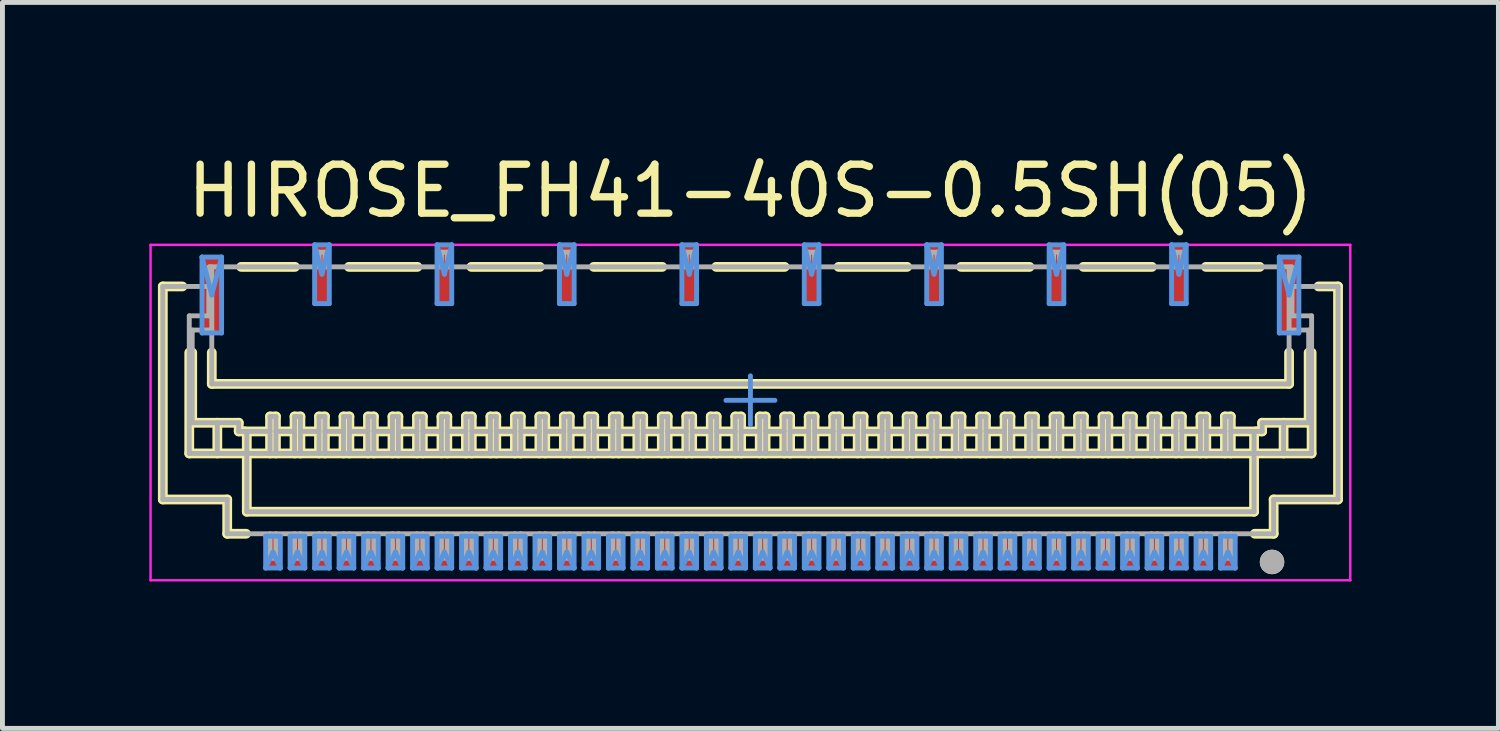
<source format=kicad_pcb>
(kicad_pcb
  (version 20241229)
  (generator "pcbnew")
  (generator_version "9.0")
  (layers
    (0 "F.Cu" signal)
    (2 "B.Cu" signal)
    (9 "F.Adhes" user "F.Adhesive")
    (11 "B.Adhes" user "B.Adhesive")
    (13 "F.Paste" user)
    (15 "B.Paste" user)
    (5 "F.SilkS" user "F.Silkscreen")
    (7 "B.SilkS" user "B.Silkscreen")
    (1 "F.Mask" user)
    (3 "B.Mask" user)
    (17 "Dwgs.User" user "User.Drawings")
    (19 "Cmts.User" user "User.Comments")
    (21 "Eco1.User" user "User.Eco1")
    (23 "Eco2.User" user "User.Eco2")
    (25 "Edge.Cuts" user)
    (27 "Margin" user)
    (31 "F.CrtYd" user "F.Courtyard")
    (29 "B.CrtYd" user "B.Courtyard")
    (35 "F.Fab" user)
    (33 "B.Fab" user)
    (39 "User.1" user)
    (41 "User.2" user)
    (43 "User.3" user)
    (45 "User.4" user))
  (footprint "HIROSE_FH41-40S-0.5SH(05)"
    (layer "F.Cu")
    (at 12.275 5.125)
    (property "Reference" "HIROSE_FH41-40S-0.5SH(05)" (at 0 -4.277 180) (layer "F.SilkS") (effects (font (size 1 1) (thickness 0.15))))
    (attr smd)
    (fp_line (start -12 -2.325) (end -11.6 -2.325) (stroke (width 0.2) (type solid)) (layer "F.SilkS"))
    (fp_line (start -12 2.025) (end -12 -2.325) (stroke (width 0.2) (type solid)) (layer "F.SilkS"))
    (fp_line (start -12 2.025) (end -10.685 2.025) (stroke (width 0.2) (type solid)) (layer "F.SilkS"))
    (fp_line (start -11.46 1.085) (end -11.46 -0.975) (stroke (width 0.2) (type solid)) (layer "F.SilkS"))
    (fp_line (start -11.46 1.085) (end 11.46 1.085) (stroke (width 0.2) (type solid)) (layer "F.SilkS"))
    (fp_line (start -11.4 0.458) (end -11.4 -0.975) (stroke (width 0.2) (type solid)) (layer "F.SilkS"))
    (fp_line (start -11.4 0.458) (end -10.45 0.458) (stroke (width 0.2) (type solid)) (layer "F.SilkS"))
    (fp_line (start -11 -0.335) (end -11 -0.975) (stroke (width 0.2) (type solid)) (layer "F.SilkS"))
    (fp_line (start -11 -0.335) (end 11 -0.335) (stroke (width 0.2) (type solid)) (layer "F.SilkS"))
    (fp_line (start -10.887 1.085) (end -10.887 0.458) (stroke (width 0.2) (type solid)) (layer "F.SilkS"))
    (fp_line (start -10.685 2.725) (end -10.685 2.025) (stroke (width 0.2) (type solid)) (layer "F.SilkS"))
    (fp_line (start -10.685 2.725) (end -10.3 2.725) (stroke (width 0.2) (type solid)) (layer "F.SilkS"))
    (fp_line (start -10.45 0.635) (end -10.45 0.458) (stroke (width 0.2) (type solid)) (layer "F.SilkS"))
    (fp_line (start -10.45 0.635) (end -9.81 0.635) (stroke (width 0.2) (type solid)) (layer "F.SilkS"))
    (fp_line (start -10.4 -2.725) (end -9.3 -2.725) (stroke (width 0.2) (type solid)) (layer "F.SilkS"))
    (fp_line (start -10.325 0.635) (end -10.285 0.675) (stroke (width 0.2) (type solid)) (layer "F.SilkS"))
    (fp_line (start -10.285 2.275) (end -10.285 0.675) (stroke (width 0.2) (type solid)) (layer "F.SilkS"))
    (fp_line (start -10.285 2.275) (end 10.285 2.275) (stroke (width 0.2) (type solid)) (layer "F.SilkS"))
    (fp_line (start -9.81 0.33) (end -9.69 0.33) (stroke (width 0.2) (type solid)) (layer "F.SilkS"))
    (fp_line (start -9.81 1.085) (end -9.81 0.33) (stroke (width 0.2) (type solid)) (layer "F.SilkS"))
    (fp_line (start -9.69 0.635) (end -9.31 0.635) (stroke (width 0.2) (type solid)) (layer "F.SilkS"))
    (fp_line (start -9.69 1.085) (end -9.69 0.33) (stroke (width 0.2) (type solid)) (layer "F.SilkS"))
    (fp_line (start -9.31 0.33) (end -9.19 0.33) (stroke (width 0.2) (type solid)) (layer "F.SilkS"))
    (fp_line (start -9.31 1.085) (end -9.31 0.33) (stroke (width 0.2) (type solid)) (layer "F.SilkS"))
    (fp_line (start -9.19 0.635) (end -8.81 0.635) (stroke (width 0.2) (type solid)) (layer "F.SilkS"))
    (fp_line (start -9.19 1.085) (end -9.19 0.33) (stroke (width 0.2) (type solid)) (layer "F.SilkS"))
    (fp_line (start -8.81 0.33) (end -8.69 0.33) (stroke (width 0.2) (type solid)) (layer "F.SilkS"))
    (fp_line (start -8.81 1.085) (end -8.81 0.33) (stroke (width 0.2) (type solid)) (layer "F.SilkS"))
    (fp_line (start -8.69 0.635) (end -8.31 0.635) (stroke (width 0.2) (type solid)) (layer "F.SilkS"))
    (fp_line (start -8.69 1.085) (end -8.69 0.33) (stroke (width 0.2) (type solid)) (layer "F.SilkS"))
    (fp_line (start -8.31 0.33) (end -8.19 0.33) (stroke (width 0.2) (type solid)) (layer "F.SilkS"))
    (fp_line (start -8.31 1.085) (end -8.31 0.33) (stroke (width 0.2) (type solid)) (layer "F.SilkS"))
    (fp_line (start -8.2 -2.725) (end -6.8 -2.725) (stroke (width 0.2) (type solid)) (layer "F.SilkS"))
    (fp_line (start -8.19 0.635) (end -7.81 0.635) (stroke (width 0.2) (type solid)) (layer "F.SilkS"))
    (fp_line (start -8.19 1.085) (end -8.19 0.33) (stroke (width 0.2) (type solid)) (layer "F.SilkS"))
    (fp_line (start -7.81 0.33) (end -7.69 0.33) (stroke (width 0.2) (type solid)) (layer "F.SilkS"))
    (fp_line (start -7.81 1.085) (end -7.81 0.33) (stroke (width 0.2) (type solid)) (layer "F.SilkS"))
    (fp_line (start -7.69 0.635) (end -7.31 0.635) (stroke (width 0.2) (type solid)) (layer "F.SilkS"))
    (fp_line (start -7.69 1.085) (end -7.69 0.33) (stroke (width 0.2) (type solid)) (layer "F.SilkS"))
    (fp_line (start -7.31 0.33) (end -7.19 0.33) (stroke (width 0.2) (type solid)) (layer "F.SilkS"))
    (fp_line (start -7.31 1.085) (end -7.31 0.33) (stroke (width 0.2) (type solid)) (layer "F.SilkS"))
    (fp_line (start -7.19 0.635) (end -6.81 0.635) (stroke (width 0.2) (type solid)) (layer "F.SilkS"))
    (fp_line (start -7.19 1.085) (end -7.19 0.33) (stroke (width 0.2) (type solid)) (layer "F.SilkS"))
    (fp_line (start -6.81 0.33) (end -6.69 0.33) (stroke (width 0.2) (type solid)) (layer "F.SilkS"))
    (fp_line (start -6.81 1.085) (end -6.81 0.33) (stroke (width 0.2) (type solid)) (layer "F.SilkS"))
    (fp_line (start -6.69 0.635) (end -6.31 0.635) (stroke (width 0.2) (type solid)) (layer "F.SilkS"))
    (fp_line (start -6.69 1.085) (end -6.69 0.33) (stroke (width 0.2) (type solid)) (layer "F.SilkS"))
    (fp_line (start -6.31 0.33) (end -6.19 0.33) (stroke (width 0.2) (type solid)) (layer "F.SilkS"))
    (fp_line (start -6.31 1.085) (end -6.31 0.33) (stroke (width 0.2) (type solid)) (layer "F.SilkS"))
    (fp_line (start -6.19 0.635) (end -5.81 0.635) (stroke (width 0.2) (type solid)) (layer "F.SilkS"))
    (fp_line (start -6.19 1.085) (end -6.19 0.33) (stroke (width 0.2) (type solid)) (layer "F.SilkS"))
    (fp_line (start -5.81 0.33) (end -5.69 0.33) (stroke (width 0.2) (type solid)) (layer "F.SilkS"))
    (fp_line (start -5.81 1.085) (end -5.81 0.33) (stroke (width 0.2) (type solid)) (layer "F.SilkS"))
    (fp_line (start -5.7 -2.725) (end -4.3 -2.725) (stroke (width 0.2) (type solid)) (layer "F.SilkS"))
    (fp_line (start -5.69 0.635) (end -5.31 0.635) (stroke (width 0.2) (type solid)) (layer "F.SilkS"))
    (fp_line (start -5.69 1.085) (end -5.69 0.33) (stroke (width 0.2) (type solid)) (layer "F.SilkS"))
    (fp_line (start -5.31 0.33) (end -5.19 0.33) (stroke (width 0.2) (type solid)) (layer "F.SilkS"))
    (fp_line (start -5.31 1.085) (end -5.31 0.33) (stroke (width 0.2) (type solid)) (layer "F.SilkS"))
    (fp_line (start -5.19 0.635) (end -4.81 0.635) (stroke (width 0.2) (type solid)) (layer "F.SilkS"))
    (fp_line (start -5.19 1.085) (end -5.19 0.33) (stroke (width 0.2) (type solid)) (layer "F.SilkS"))
    (fp_line (start -4.81 0.33) (end -4.69 0.33) (stroke (width 0.2) (type solid)) (layer "F.SilkS"))
    (fp_line (start -4.81 1.085) (end -4.81 0.33) (stroke (width 0.2) (type solid)) (layer "F.SilkS"))
    (fp_line (start -4.69 0.635) (end -4.31 0.635) (stroke (width 0.2) (type solid)) (layer "F.SilkS"))
    (fp_line (start -4.69 1.085) (end -4.69 0.33) (stroke (width 0.2) (type solid)) (layer "F.SilkS"))
    (fp_line (start -4.31 0.33) (end -4.19 0.33) (stroke (width 0.2) (type solid)) (layer "F.SilkS"))
    (fp_line (start -4.31 1.085) (end -4.31 0.33) (stroke (width 0.2) (type solid)) (layer "F.SilkS"))
    (fp_line (start -4.19 0.635) (end -3.81 0.635) (stroke (width 0.2) (type solid)) (layer "F.SilkS"))
    (fp_line (start -4.19 1.085) (end -4.19 0.33) (stroke (width 0.2) (type solid)) (layer "F.SilkS"))
    (fp_line (start -3.81 0.33) (end -3.69 0.33) (stroke (width 0.2) (type solid)) (layer "F.SilkS"))
    (fp_line (start -3.81 1.085) (end -3.81 0.33) (stroke (width 0.2) (type solid)) (layer "F.SilkS"))
    (fp_line (start -3.69 0.635) (end -3.31 0.635) (stroke (width 0.2) (type solid)) (layer "F.SilkS"))
    (fp_line (start -3.69 1.085) (end -3.69 0.33) (stroke (width 0.2) (type solid)) (layer "F.SilkS"))
    (fp_line (start -3.31 0.33) (end -3.19 0.33) (stroke (width 0.2) (type solid)) (layer "F.SilkS"))
    (fp_line (start -3.31 1.085) (end -3.31 0.33) (stroke (width 0.2) (type solid)) (layer "F.SilkS"))
    (fp_line (start -3.2 -2.725) (end -1.8 -2.725) (stroke (width 0.2) (type solid)) (layer "F.SilkS"))
    (fp_line (start -3.19 0.635) (end -2.81 0.635) (stroke (width 0.2) (type solid)) (layer "F.SilkS"))
    (fp_line (start -3.19 1.085) (end -3.19 0.33) (stroke (width 0.2) (type solid)) (layer "F.SilkS"))
    (fp_line (start -2.81 0.33) (end -2.69 0.33) (stroke (width 0.2) (type solid)) (layer "F.SilkS"))
    (fp_line (start -2.81 1.085) (end -2.81 0.33) (stroke (width 0.2) (type solid)) (layer "F.SilkS"))
    (fp_line (start -2.69 0.635) (end -2.31 0.635) (stroke (width 0.2) (type solid)) (layer "F.SilkS"))
    (fp_line (start -2.69 1.085) (end -2.69 0.33) (stroke (width 0.2) (type solid)) (layer "F.SilkS"))
    (fp_line (start -2.31 0.33) (end -2.19 0.33) (stroke (width 0.2) (type solid)) (layer "F.SilkS"))
    (fp_line (start -2.31 1.085) (end -2.31 0.33) (stroke (width 0.2) (type solid)) (layer "F.SilkS"))
    (fp_line (start -2.19 0.635) (end -1.81 0.635) (stroke (width 0.2) (type solid)) (layer "F.SilkS"))
    (fp_line (start -2.19 1.085) (end -2.19 0.33) (stroke (width 0.2) (type solid)) (layer "F.SilkS"))
    (fp_line (start -1.81 0.33) (end -1.69 0.33) (stroke (width 0.2) (type solid)) (layer "F.SilkS"))
    (fp_line (start -1.81 1.085) (end -1.81 0.33) (stroke (width 0.2) (type solid)) (layer "F.SilkS"))
    (fp_line (start -1.69 0.635) (end -1.31 0.635) (stroke (width 0.2) (type solid)) (layer "F.SilkS"))
    (fp_line (start -1.69 1.085) (end -1.69 0.33) (stroke (width 0.2) (type solid)) (layer "F.SilkS"))
    (fp_line (start -1.31 0.33) (end -1.19 0.33) (stroke (width 0.2) (type solid)) (layer "F.SilkS"))
    (fp_line (start -1.31 1.085) (end -1.31 0.33) (stroke (width 0.2) (type solid)) (layer "F.SilkS"))
    (fp_line (start -1.19 0.635) (end -0.81 0.635) (stroke (width 0.2) (type solid)) (layer "F.SilkS"))
    (fp_line (start -1.19 1.085) (end -1.19 0.33) (stroke (width 0.2) (type solid)) (layer "F.SilkS"))
    (fp_line (start -0.81 0.33) (end -0.69 0.33) (stroke (width 0.2) (type solid)) (layer "F.SilkS"))
    (fp_line (start -0.81 1.085) (end -0.81 0.33) (stroke (width 0.2) (type solid)) (layer "F.SilkS"))
    (fp_line (start -0.7 -2.725) (end 0.7 -2.725) (stroke (width 0.2) (type solid)) (layer "F.SilkS"))
    (fp_line (start -0.69 0.635) (end -0.31 0.635) (stroke (width 0.2) (type solid)) (layer "F.SilkS"))
    (fp_line (start -0.69 1.085) (end -0.69 0.33) (stroke (width 0.2) (type solid)) (layer "F.SilkS"))
    (fp_line (start -0.31 0.33) (end -0.19 0.33) (stroke (width 0.2) (type solid)) (layer "F.SilkS"))
    (fp_line (start -0.31 1.085) (end -0.31 0.33) (stroke (width 0.2) (type solid)) (layer "F.SilkS"))
    (fp_line (start -0.19 0.635) (end 0.19 0.635) (stroke (width 0.2) (type solid)) (layer "F.SilkS"))
    (fp_line (start -0.19 1.085) (end -0.19 0.33) (stroke (width 0.2) (type solid)) (layer "F.SilkS"))
    (fp_line (start 0.19 0.33) (end 0.31 0.33) (stroke (width 0.2) (type solid)) (layer "F.SilkS"))
    (fp_line (start 0.19 1.085) (end 0.19 0.33) (stroke (width 0.2) (type solid)) (layer "F.SilkS"))
    (fp_line (start 0.31 0.635) (end 0.69 0.635) (stroke (width 0.2) (type solid)) (layer "F.SilkS"))
    (fp_line (start 0.31 1.085) (end 0.31 0.33) (stroke (width 0.2) (type solid)) (layer "F.SilkS"))
    (fp_line (start 0.69 0.33) (end 0.81 0.33) (stroke (width 0.2) (type solid)) (layer "F.SilkS"))
    (fp_line (start 0.69 1.085) (end 0.69 0.33) (stroke (width 0.2) (type solid)) (layer "F.SilkS"))
    (fp_line (start 0.81 0.635) (end 1.19 0.635) (stroke (width 0.2) (type solid)) (layer "F.SilkS"))
    (fp_line (start 0.81 1.085) (end 0.81 0.33) (stroke (width 0.2) (type solid)) (layer "F.SilkS"))
    (fp_line (start 1.19 0.33) (end 1.31 0.33) (stroke (width 0.2) (type solid)) (layer "F.SilkS"))
    (fp_line (start 1.19 1.085) (end 1.19 0.33) (stroke (width 0.2) (type solid)) (layer "F.SilkS"))
    (fp_line (start 1.31 0.635) (end 1.69 0.635) (stroke (width 0.2) (type solid)) (layer "F.SilkS"))
    (fp_line (start 1.31 1.085) (end 1.31 0.33) (stroke (width 0.2) (type solid)) (layer "F.SilkS"))
    (fp_line (start 1.69 0.33) (end 1.81 0.33) (stroke (width 0.2) (type solid)) (layer "F.SilkS"))
    (fp_line (start 1.69 1.085) (end 1.69 0.33) (stroke (width 0.2) (type solid)) (layer "F.SilkS"))
    (fp_line (start 1.8 -2.725) (end 3.2 -2.725) (stroke (width 0.2) (type solid)) (layer "F.SilkS"))
    (fp_line (start 1.81 0.635) (end 2.19 0.635) (stroke (width 0.2) (type solid)) (layer "F.SilkS"))
    (fp_line (start 1.81 1.085) (end 1.81 0.33) (stroke (width 0.2) (type solid)) (layer "F.SilkS"))
    (fp_line (start 2.19 0.33) (end 2.31 0.33) (stroke (width 0.2) (type solid)) (layer "F.SilkS"))
    (fp_line (start 2.19 1.085) (end 2.19 0.33) (stroke (width 0.2) (type solid)) (layer "F.SilkS"))
    (fp_line (start 2.31 0.635) (end 2.69 0.635) (stroke (width 0.2) (type solid)) (layer "F.SilkS"))
    (fp_line (start 2.31 1.085) (end 2.31 0.33) (stroke (width 0.2) (type solid)) (layer "F.SilkS"))
    (fp_line (start 2.69 0.33) (end 2.81 0.33) (stroke (width 0.2) (type solid)) (layer "F.SilkS"))
    (fp_line (start 2.69 1.085) (end 2.69 0.33) (stroke (width 0.2) (type solid)) (layer "F.SilkS"))
    (fp_line (start 2.81 0.635) (end 3.19 0.635) (stroke (width 0.2) (type solid)) (layer "F.SilkS"))
    (fp_line (start 2.81 1.085) (end 2.81 0.33) (stroke (width 0.2) (type solid)) (layer "F.SilkS"))
    (fp_line (start 3.19 0.33) (end 3.31 0.33) (stroke (width 0.2) (type solid)) (layer "F.SilkS"))
    (fp_line (start 3.19 1.085) (end 3.19 0.33) (stroke (width 0.2) (type solid)) (layer "F.SilkS"))
    (fp_line (start 3.31 0.635) (end 3.69 0.635) (stroke (width 0.2) (type solid)) (layer "F.SilkS"))
    (fp_line (start 3.31 1.085) (end 3.31 0.33) (stroke (width 0.2) (type solid)) (layer "F.SilkS"))
    (fp_line (start 3.69 0.33) (end 3.81 0.33) (stroke (width 0.2) (type solid)) (layer "F.SilkS"))
    (fp_line (start 3.69 1.085) (end 3.69 0.33) (stroke (width 0.2) (type solid)) (layer "F.SilkS"))
    (fp_line (start 3.81 0.635) (end 4.19 0.635) (stroke (width 0.2) (type solid)) (layer "F.SilkS"))
    (fp_line (start 3.81 1.085) (end 3.81 0.33) (stroke (width 0.2) (type solid)) (layer "F.SilkS"))
    (fp_line (start 4.19 0.33) (end 4.31 0.33) (stroke (width 0.2) (type solid)) (layer "F.SilkS"))
    (fp_line (start 4.19 1.085) (end 4.19 0.33) (stroke (width 0.2) (type solid)) (layer "F.SilkS"))
    (fp_line (start 4.3 -2.725) (end 5.7 -2.725) (stroke (width 0.2) (type solid)) (layer "F.SilkS"))
    (fp_line (start 4.31 0.635) (end 4.69 0.635) (stroke (width 0.2) (type solid)) (layer "F.SilkS"))
    (fp_line (start 4.31 1.085) (end 4.31 0.33) (stroke (width 0.2) (type solid)) (layer "F.SilkS"))
    (fp_line (start 4.69 0.33) (end 4.81 0.33) (stroke (width 0.2) (type solid)) (layer "F.SilkS"))
    (fp_line (start 4.69 1.085) (end 4.69 0.33) (stroke (width 0.2) (type solid)) (layer "F.SilkS"))
    (fp_line (start 4.81 0.635) (end 5.19 0.635) (stroke (width 0.2) (type solid)) (layer "F.SilkS"))
    (fp_line (start 4.81 1.085) (end 4.81 0.33) (stroke (width 0.2) (type solid)) (layer "F.SilkS"))
    (fp_line (start 5.19 0.33) (end 5.31 0.33) (stroke (width 0.2) (type solid)) (layer "F.SilkS"))
    (fp_line (start 5.19 1.085) (end 5.19 0.33) (stroke (width 0.2) (type solid)) (layer "F.SilkS"))
    (fp_line (start 5.31 0.635) (end 5.69 0.635) (stroke (width 0.2) (type solid)) (layer "F.SilkS"))
    (fp_line (start 5.31 1.085) (end 5.31 0.33) (stroke (width 0.2) (type solid)) (layer "F.SilkS"))
    (fp_line (start 5.69 0.33) (end 5.81 0.33) (stroke (width 0.2) (type solid)) (layer "F.SilkS"))
    (fp_line (start 5.69 1.085) (end 5.69 0.33) (stroke (width 0.2) (type solid)) (layer "F.SilkS"))
    (fp_line (start 5.81 0.635) (end 6.19 0.635) (stroke (width 0.2) (type solid)) (layer "F.SilkS"))
    (fp_line (start 5.81 1.085) (end 5.81 0.33) (stroke (width 0.2) (type solid)) (layer "F.SilkS"))
    (fp_line (start 6.19 0.33) (end 6.31 0.33) (stroke (width 0.2) (type solid)) (layer "F.SilkS"))
    (fp_line (start 6.19 1.085) (end 6.19 0.33) (stroke (width 0.2) (type solid)) (layer "F.SilkS"))
    (fp_line (start 6.31 0.635) (end 6.69 0.635) (stroke (width 0.2) (type solid)) (layer "F.SilkS"))
    (fp_line (start 6.31 1.085) (end 6.31 0.33) (stroke (width 0.2) (type solid)) (layer "F.SilkS"))
    (fp_line (start 6.69 0.33) (end 6.81 0.33) (stroke (width 0.2) (type solid)) (layer "F.SilkS"))
    (fp_line (start 6.69 1.085) (end 6.69 0.33) (stroke (width 0.2) (type solid)) (layer "F.SilkS"))
    (fp_line (start 6.8 -2.725) (end 8.2 -2.725) (stroke (width 0.2) (type solid)) (layer "F.SilkS"))
    (fp_line (start 6.81 0.635) (end 7.19 0.635) (stroke (width 0.2) (type solid)) (layer "F.SilkS"))
    (fp_line (start 6.81 1.085) (end 6.81 0.33) (stroke (width 0.2) (type solid)) (layer "F.SilkS"))
    (fp_line (start 7.19 0.33) (end 7.31 0.33) (stroke (width 0.2) (type solid)) (layer "F.SilkS"))
    (fp_line (start 7.19 1.085) (end 7.19 0.33) (stroke (width 0.2) (type solid)) (layer "F.SilkS"))
    (fp_line (start 7.31 0.635) (end 7.69 0.635) (stroke (width 0.2) (type solid)) (layer "F.SilkS"))
    (fp_line (start 7.31 1.085) (end 7.31 0.33) (stroke (width 0.2) (type solid)) (layer "F.SilkS"))
    (fp_line (start 7.69 0.33) (end 7.81 0.33) (stroke (width 0.2) (type solid)) (layer "F.SilkS"))
    (fp_line (start 7.69 1.085) (end 7.69 0.33) (stroke (width 0.2) (type solid)) (layer "F.SilkS"))
    (fp_line (start 7.81 0.635) (end 8.19 0.635) (stroke (width 0.2) (type solid)) (layer "F.SilkS"))
    (fp_line (start 7.81 1.085) (end 7.81 0.33) (stroke (width 0.2) (type solid)) (layer "F.SilkS"))
    (fp_line (start 8.19 0.33) (end 8.31 0.33) (stroke (width 0.2) (type solid)) (layer "F.SilkS"))
    (fp_line (start 8.19 1.085) (end 8.19 0.33) (stroke (width 0.2) (type solid)) (layer "F.SilkS"))
    (fp_line (start 8.31 0.635) (end 8.69 0.635) (stroke (width 0.2) (type solid)) (layer "F.SilkS"))
    (fp_line (start 8.31 1.085) (end 8.31 0.33) (stroke (width 0.2) (type solid)) (layer "F.SilkS"))
    (fp_line (start 8.69 0.33) (end 8.81 0.33) (stroke (width 0.2) (type solid)) (layer "F.SilkS"))
    (fp_line (start 8.69 1.085) (end 8.69 0.33) (stroke (width 0.2) (type solid)) (layer "F.SilkS"))
    (fp_line (start 8.81 0.635) (end 9.19 0.635) (stroke (width 0.2) (type solid)) (layer "F.SilkS"))
    (fp_line (start 8.81 1.085) (end 8.81 0.33) (stroke (width 0.2) (type solid)) (layer "F.SilkS"))
    (fp_line (start 9.19 0.33) (end 9.31 0.33) (stroke (width 0.2) (type solid)) (layer "F.SilkS"))
    (fp_line (start 9.19 1.085) (end 9.19 0.33) (stroke (width 0.2) (type solid)) (layer "F.SilkS"))
    (fp_line (start 9.3 -2.725) (end 10.4 -2.725) (stroke (width 0.2) (type solid)) (layer "F.SilkS"))
    (fp_line (start 9.31 0.635) (end 9.69 0.635) (stroke (width 0.2) (type solid)) (layer "F.SilkS"))
    (fp_line (start 9.31 1.085) (end 9.31 0.33) (stroke (width 0.2) (type solid)) (layer "F.SilkS"))
    (fp_line (start 9.69 0.33) (end 9.81 0.33) (stroke (width 0.2) (type solid)) (layer "F.SilkS"))
    (fp_line (start 9.69 1.085) (end 9.69 0.33) (stroke (width 0.2) (type solid)) (layer "F.SilkS"))
    (fp_line (start 9.81 0.635) (end 10.45 0.635) (stroke (width 0.2) (type solid)) (layer "F.SilkS"))
    (fp_line (start 9.81 1.085) (end 9.81 0.33) (stroke (width 0.2) (type solid)) (layer "F.SilkS"))
    (fp_line (start 10.285 0.675) (end 10.325 0.635) (stroke (width 0.2) (type solid)) (layer "F.SilkS"))
    (fp_line (start 10.285 2.275) (end 10.285 0.675) (stroke (width 0.2) (type solid)) (layer "F.SilkS"))
    (fp_line (start 10.3 2.725) (end 10.685 2.725) (stroke (width 0.2) (type solid)) (layer "F.SilkS"))
    (fp_line (start 10.45 0.458) (end 11.4 0.458) (stroke (width 0.2) (type solid)) (layer "F.SilkS"))
    (fp_line (start 10.45 0.635) (end 10.45 0.458) (stroke (width 0.2) (type solid)) (layer "F.SilkS"))
    (fp_line (start 10.685 2.025) (end 12 2.025) (stroke (width 0.2) (type solid)) (layer "F.SilkS"))
    (fp_line (start 10.685 2.725) (end 10.685 2.025) (stroke (width 0.2) (type solid)) (layer "F.SilkS"))
    (fp_line (start 10.888 1.085) (end 10.888 0.458) (stroke (width 0.2) (type solid)) (layer "F.SilkS"))
    (fp_line (start 11 -0.335) (end 11 -0.975) (stroke (width 0.2) (type solid)) (layer "F.SilkS"))
    (fp_line (start 11.4 0.458) (end 11.4 -0.975) (stroke (width 0.2) (type solid)) (layer "F.SilkS"))
    (fp_line (start 11.46 1.085) (end 11.46 -0.975) (stroke (width 0.2) (type solid)) (layer "F.SilkS"))
    (fp_line (start 11.6 -2.325) (end 12 -2.325) (stroke (width 0.2) (type solid)) (layer "F.SilkS"))
    (fp_line (start 12 2.025) (end 12 -2.325) (stroke (width 0.2) (type solid)) (layer "F.SilkS"))
    (fp_circle (center 10.652 3.301) (end 10.777 3.301) (stroke (width 0.25) (type solid)) (fill no) (layer "F.SilkS"))
    (fp_line (start -11.2 -2.925) (end -11 -2.15) (stroke (width 0.1) (type solid)) (layer "Cmts.User"))
    (fp_line (start -11.2 -2.925) (end -10.8 -2.925) (stroke (width 0.1) (type solid)) (layer "Cmts.User"))
    (fp_line (start -11.2 -1.375) (end -11.2 -2.925) (stroke (width 0.1) (type solid)) (layer "Cmts.User"))
    (fp_line (start -11.2 -1.375) (end -10.8 -1.375) (stroke (width 0.1) (type solid)) (layer "Cmts.User"))
    (fp_line (start -11 -2.15) (end -10.8 -2.925) (stroke (width 0.1) (type solid)) (layer "Cmts.User"))
    (fp_line (start -10.8 -1.375) (end -10.8 -2.925) (stroke (width 0.1) (type solid)) (layer "Cmts.User"))
    (fp_line (start -9.9 2.775) (end -9.6 2.775) (stroke (width 0.1) (type solid)) (layer "Cmts.User"))
    (fp_line (start -9.9 3.425) (end -9.9 2.775) (stroke (width 0.1) (type solid)) (layer "Cmts.User"))
    (fp_line (start -9.9 3.425) (end -9.75 3.1) (stroke (width 0.1) (type solid)) (layer "Cmts.User"))
    (fp_line (start -9.9 3.425) (end -9.6 3.425) (stroke (width 0.1) (type solid)) (layer "Cmts.User"))
    (fp_line (start -9.75 3.1) (end -9.6 3.425) (stroke (width 0.1) (type solid)) (layer "Cmts.User"))
    (fp_line (start -9.6 3.425) (end -9.6 2.775) (stroke (width 0.1) (type solid)) (layer "Cmts.User"))
    (fp_line (start -9.4 2.775) (end -9.1 2.775) (stroke (width 0.1) (type solid)) (layer "Cmts.User"))
    (fp_line (start -9.4 3.425) (end -9.4 2.775) (stroke (width 0.1) (type solid)) (layer "Cmts.User"))
    (fp_line (start -9.4 3.425) (end -9.25 3.1) (stroke (width 0.1) (type solid)) (layer "Cmts.User"))
    (fp_line (start -9.4 3.425) (end -9.1 3.425) (stroke (width 0.1) (type solid)) (layer "Cmts.User"))
    (fp_line (start -9.25 3.1) (end -9.1 3.425) (stroke (width 0.1) (type solid)) (layer "Cmts.User"))
    (fp_line (start -9.1 3.425) (end -9.1 2.775) (stroke (width 0.1) (type solid)) (layer "Cmts.User"))
    (fp_line (start -8.9 -3.175) (end -8.75 -2.575) (stroke (width 0.1) (type solid)) (layer "Cmts.User"))
    (fp_line (start -8.9 -3.175) (end -8.6 -3.175) (stroke (width 0.1) (type solid)) (layer "Cmts.User"))
    (fp_line (start -8.9 -1.975) (end -8.9 -3.175) (stroke (width 0.1) (type solid)) (layer "Cmts.User"))
    (fp_line (start -8.9 -1.975) (end -8.6 -1.975) (stroke (width 0.1) (type solid)) (layer "Cmts.User"))
    (fp_line (start -8.9 2.775) (end -8.6 2.775) (stroke (width 0.1) (type solid)) (layer "Cmts.User"))
    (fp_line (start -8.9 3.425) (end -8.9 2.775) (stroke (width 0.1) (type solid)) (layer "Cmts.User"))
    (fp_line (start -8.9 3.425) (end -8.75 3.1) (stroke (width 0.1) (type solid)) (layer "Cmts.User"))
    (fp_line (start -8.9 3.425) (end -8.6 3.425) (stroke (width 0.1) (type solid)) (layer "Cmts.User"))
    (fp_line (start -8.75 -2.575) (end -8.6 -3.175) (stroke (width 0.1) (type solid)) (layer "Cmts.User"))
    (fp_line (start -8.75 3.1) (end -8.6 3.425) (stroke (width 0.1) (type solid)) (layer "Cmts.User"))
    (fp_line (start -8.6 -1.975) (end -8.6 -3.175) (stroke (width 0.1) (type solid)) (layer "Cmts.User"))
    (fp_line (start -8.6 3.425) (end -8.6 2.775) (stroke (width 0.1) (type solid)) (layer "Cmts.User"))
    (fp_line (start -8.4 2.775) (end -8.1 2.775) (stroke (width 0.1) (type solid)) (layer "Cmts.User"))
    (fp_line (start -8.4 3.425) (end -8.4 2.775) (stroke (width 0.1) (type solid)) (layer "Cmts.User"))
    (fp_line (start -8.4 3.425) (end -8.25 3.1) (stroke (width 0.1) (type solid)) (layer "Cmts.User"))
    (fp_line (start -8.4 3.425) (end -8.1 3.425) (stroke (width 0.1) (type solid)) (layer "Cmts.User"))
    (fp_line (start -8.25 3.1) (end -8.1 3.425) (stroke (width 0.1) (type solid)) (layer "Cmts.User"))
    (fp_line (start -8.1 3.425) (end -8.1 2.775) (stroke (width 0.1) (type solid)) (layer "Cmts.User"))
    (fp_line (start -7.9 2.775) (end -7.6 2.775) (stroke (width 0.1) (type solid)) (layer "Cmts.User"))
    (fp_line (start -7.9 3.425) (end -7.9 2.775) (stroke (width 0.1) (type solid)) (layer "Cmts.User"))
    (fp_line (start -7.9 3.425) (end -7.75 3.1) (stroke (width 0.1) (type solid)) (layer "Cmts.User"))
    (fp_line (start -7.9 3.425) (end -7.6 3.425) (stroke (width 0.1) (type solid)) (layer "Cmts.User"))
    (fp_line (start -7.75 3.1) (end -7.6 3.425) (stroke (width 0.1) (type solid)) (layer "Cmts.User"))
    (fp_line (start -7.6 3.425) (end -7.6 2.775) (stroke (width 0.1) (type solid)) (layer "Cmts.User"))
    (fp_line (start -7.4 2.775) (end -7.1 2.775) (stroke (width 0.1) (type solid)) (layer "Cmts.User"))
    (fp_line (start -7.4 3.425) (end -7.4 2.775) (stroke (width 0.1) (type solid)) (layer "Cmts.User"))
    (fp_line (start -7.4 3.425) (end -7.25 3.1) (stroke (width 0.1) (type solid)) (layer "Cmts.User"))
    (fp_line (start -7.4 3.425) (end -7.1 3.425) (stroke (width 0.1) (type solid)) (layer "Cmts.User"))
    (fp_line (start -7.25 3.1) (end -7.1 3.425) (stroke (width 0.1) (type solid)) (layer "Cmts.User"))
    (fp_line (start -7.1 3.425) (end -7.1 2.775) (stroke (width 0.1) (type solid)) (layer "Cmts.User"))
    (fp_line (start -6.9 2.775) (end -6.6 2.775) (stroke (width 0.1) (type solid)) (layer "Cmts.User"))
    (fp_line (start -6.9 3.425) (end -6.9 2.775) (stroke (width 0.1) (type solid)) (layer "Cmts.User"))
    (fp_line (start -6.9 3.425) (end -6.75 3.1) (stroke (width 0.1) (type solid)) (layer "Cmts.User"))
    (fp_line (start -6.9 3.425) (end -6.6 3.425) (stroke (width 0.1) (type solid)) (layer "Cmts.User"))
    (fp_line (start -6.75 3.1) (end -6.6 3.425) (stroke (width 0.1) (type solid)) (layer "Cmts.User"))
    (fp_line (start -6.6 3.425) (end -6.6 2.775) (stroke (width 0.1) (type solid)) (layer "Cmts.User"))
    (fp_line (start -6.4 -3.175) (end -6.25 -2.575) (stroke (width 0.1) (type solid)) (layer "Cmts.User"))
    (fp_line (start -6.4 -3.175) (end -6.1 -3.175) (stroke (width 0.1) (type solid)) (layer "Cmts.User"))
    (fp_line (start -6.4 -1.975) (end -6.4 -3.175) (stroke (width 0.1) (type solid)) (layer "Cmts.User"))
    (fp_line (start -6.4 -1.975) (end -6.1 -1.975) (stroke (width 0.1) (type solid)) (layer "Cmts.User"))
    (fp_line (start -6.4 2.775) (end -6.1 2.775) (stroke (width 0.1) (type solid)) (layer "Cmts.User"))
    (fp_line (start -6.4 3.425) (end -6.4 2.775) (stroke (width 0.1) (type solid)) (layer "Cmts.User"))
    (fp_line (start -6.4 3.425) (end -6.25 3.1) (stroke (width 0.1) (type solid)) (layer "Cmts.User"))
    (fp_line (start -6.4 3.425) (end -6.1 3.425) (stroke (width 0.1) (type solid)) (layer "Cmts.User"))
    (fp_line (start -6.25 -2.575) (end -6.1 -3.175) (stroke (width 0.1) (type solid)) (layer "Cmts.User"))
    (fp_line (start -6.25 3.1) (end -6.1 3.425) (stroke (width 0.1) (type solid)) (layer "Cmts.User"))
    (fp_line (start -6.1 -1.975) (end -6.1 -3.175) (stroke (width 0.1) (type solid)) (layer "Cmts.User"))
    (fp_line (start -6.1 3.425) (end -6.1 2.775) (stroke (width 0.1) (type solid)) (layer "Cmts.User"))
    (fp_line (start -5.9 2.775) (end -5.6 2.775) (stroke (width 0.1) (type solid)) (layer "Cmts.User"))
    (fp_line (start -5.9 3.425) (end -5.9 2.775) (stroke (width 0.1) (type solid)) (layer "Cmts.User"))
    (fp_line (start -5.9 3.425) (end -5.75 3.1) (stroke (width 0.1) (type solid)) (layer "Cmts.User"))
    (fp_line (start -5.9 3.425) (end -5.6 3.425) (stroke (width 0.1) (type solid)) (layer "Cmts.User"))
    (fp_line (start -5.75 3.1) (end -5.6 3.425) (stroke (width 0.1) (type solid)) (layer "Cmts.User"))
    (fp_line (start -5.6 3.425) (end -5.6 2.775) (stroke (width 0.1) (type solid)) (layer "Cmts.User"))
    (fp_line (start -5.4 2.775) (end -5.1 2.775) (stroke (width 0.1) (type solid)) (layer "Cmts.User"))
    (fp_line (start -5.4 3.425) (end -5.4 2.775) (stroke (width 0.1) (type solid)) (layer "Cmts.User"))
    (fp_line (start -5.4 3.425) (end -5.25 3.1) (stroke (width 0.1) (type solid)) (layer "Cmts.User"))
    (fp_line (start -5.4 3.425) (end -5.1 3.425) (stroke (width 0.1) (type solid)) (layer "Cmts.User"))
    (fp_line (start -5.25 3.1) (end -5.1 3.425) (stroke (width 0.1) (type solid)) (layer "Cmts.User"))
    (fp_line (start -5.1 3.425) (end -5.1 2.775) (stroke (width 0.1) (type solid)) (layer "Cmts.User"))
    (fp_line (start -4.9 2.775) (end -4.6 2.775) (stroke (width 0.1) (type solid)) (layer "Cmts.User"))
    (fp_line (start -4.9 3.425) (end -4.9 2.775) (stroke (width 0.1) (type solid)) (layer "Cmts.User"))
    (fp_line (start -4.9 3.425) (end -4.75 3.1) (stroke (width 0.1) (type solid)) (layer "Cmts.User"))
    (fp_line (start -4.9 3.425) (end -4.6 3.425) (stroke (width 0.1) (type solid)) (layer "Cmts.User"))
    (fp_line (start -4.75 3.1) (end -4.6 3.425) (stroke (width 0.1) (type solid)) (layer "Cmts.User"))
    (fp_line (start -4.6 3.425) (end -4.6 2.775) (stroke (width 0.1) (type solid)) (layer "Cmts.User"))
    (fp_line (start -4.4 2.775) (end -4.1 2.775) (stroke (width 0.1) (type solid)) (layer "Cmts.User"))
    (fp_line (start -4.4 3.425) (end -4.4 2.775) (stroke (width 0.1) (type solid)) (layer "Cmts.User"))
    (fp_line (start -4.4 3.425) (end -4.25 3.1) (stroke (width 0.1) (type solid)) (layer "Cmts.User"))
    (fp_line (start -4.4 3.425) (end -4.1 3.425) (stroke (width 0.1) (type solid)) (layer "Cmts.User"))
    (fp_line (start -4.25 3.1) (end -4.1 3.425) (stroke (width 0.1) (type solid)) (layer "Cmts.User"))
    (fp_line (start -4.1 3.425) (end -4.1 2.775) (stroke (width 0.1) (type solid)) (layer "Cmts.User"))
    (fp_line (start -3.9 -3.175) (end -3.75 -2.575) (stroke (width 0.1) (type solid)) (layer "Cmts.User"))
    (fp_line (start -3.9 -3.175) (end -3.6 -3.175) (stroke (width 0.1) (type solid)) (layer "Cmts.User"))
    (fp_line (start -3.9 -1.975) (end -3.9 -3.175) (stroke (width 0.1) (type solid)) (layer "Cmts.User"))
    (fp_line (start -3.9 -1.975) (end -3.6 -1.975) (stroke (width 0.1) (type solid)) (layer "Cmts.User"))
    (fp_line (start -3.9 2.775) (end -3.6 2.775) (stroke (width 0.1) (type solid)) (layer "Cmts.User"))
    (fp_line (start -3.9 3.425) (end -3.9 2.775) (stroke (width 0.1) (type solid)) (layer "Cmts.User"))
    (fp_line (start -3.9 3.425) (end -3.75 3.1) (stroke (width 0.1) (type solid)) (layer "Cmts.User"))
    (fp_line (start -3.9 3.425) (end -3.6 3.425) (stroke (width 0.1) (type solid)) (layer "Cmts.User"))
    (fp_line (start -3.75 -2.575) (end -3.6 -3.175) (stroke (width 0.1) (type solid)) (layer "Cmts.User"))
    (fp_line (start -3.75 3.1) (end -3.6 3.425) (stroke (width 0.1) (type solid)) (layer "Cmts.User"))
    (fp_line (start -3.6 -1.975) (end -3.6 -3.175) (stroke (width 0.1) (type solid)) (layer "Cmts.User"))
    (fp_line (start -3.6 3.425) (end -3.6 2.775) (stroke (width 0.1) (type solid)) (layer "Cmts.User"))
    (fp_line (start -3.4 2.775) (end -3.1 2.775) (stroke (width 0.1) (type solid)) (layer "Cmts.User"))
    (fp_line (start -3.4 3.425) (end -3.4 2.775) (stroke (width 0.1) (type solid)) (layer "Cmts.User"))
    (fp_line (start -3.4 3.425) (end -3.25 3.1) (stroke (width 0.1) (type solid)) (layer "Cmts.User"))
    (fp_line (start -3.4 3.425) (end -3.1 3.425) (stroke (width 0.1) (type solid)) (layer "Cmts.User"))
    (fp_line (start -3.25 3.1) (end -3.1 3.425) (stroke (width 0.1) (type solid)) (layer "Cmts.User"))
    (fp_line (start -3.1 3.425) (end -3.1 2.775) (stroke (width 0.1) (type solid)) (layer "Cmts.User"))
    (fp_line (start -2.9 2.775) (end -2.6 2.775) (stroke (width 0.1) (type solid)) (layer "Cmts.User"))
    (fp_line (start -2.9 3.425) (end -2.9 2.775) (stroke (width 0.1) (type solid)) (layer "Cmts.User"))
    (fp_line (start -2.9 3.425) (end -2.75 3.1) (stroke (width 0.1) (type solid)) (layer "Cmts.User"))
    (fp_line (start -2.9 3.425) (end -2.6 3.425) (stroke (width 0.1) (type solid)) (layer "Cmts.User"))
    (fp_line (start -2.75 3.1) (end -2.6 3.425) (stroke (width 0.1) (type solid)) (layer "Cmts.User"))
    (fp_line (start -2.6 3.425) (end -2.6 2.775) (stroke (width 0.1) (type solid)) (layer "Cmts.User"))
    (fp_line (start -2.4 2.775) (end -2.1 2.775) (stroke (width 0.1) (type solid)) (layer "Cmts.User"))
    (fp_line (start -2.4 3.425) (end -2.4 2.775) (stroke (width 0.1) (type solid)) (layer "Cmts.User"))
    (fp_line (start -2.4 3.425) (end -2.25 3.1) (stroke (width 0.1) (type solid)) (layer "Cmts.User"))
    (fp_line (start -2.4 3.425) (end -2.1 3.425) (stroke (width 0.1) (type solid)) (layer "Cmts.User"))
    (fp_line (start -2.25 3.1) (end -2.1 3.425) (stroke (width 0.1) (type solid)) (layer "Cmts.User"))
    (fp_line (start -2.1 3.425) (end -2.1 2.775) (stroke (width 0.1) (type solid)) (layer "Cmts.User"))
    (fp_line (start -1.9 2.775) (end -1.6 2.775) (stroke (width 0.1) (type solid)) (layer "Cmts.User"))
    (fp_line (start -1.9 3.425) (end -1.9 2.775) (stroke (width 0.1) (type solid)) (layer "Cmts.User"))
    (fp_line (start -1.9 3.425) (end -1.75 3.1) (stroke (width 0.1) (type solid)) (layer "Cmts.User"))
    (fp_line (start -1.9 3.425) (end -1.6 3.425) (stroke (width 0.1) (type solid)) (layer "Cmts.User"))
    (fp_line (start -1.75 3.1) (end -1.6 3.425) (stroke (width 0.1) (type solid)) (layer "Cmts.User"))
    (fp_line (start -1.6 3.425) (end -1.6 2.775) (stroke (width 0.1) (type solid)) (layer "Cmts.User"))
    (fp_line (start -1.4 -3.175) (end -1.25 -2.575) (stroke (width 0.1) (type solid)) (layer "Cmts.User"))
    (fp_line (start -1.4 -3.175) (end -1.1 -3.175) (stroke (width 0.1) (type solid)) (layer "Cmts.User"))
    (fp_line (start -1.4 -1.975) (end -1.4 -3.175) (stroke (width 0.1) (type solid)) (layer "Cmts.User"))
    (fp_line (start -1.4 -1.975) (end -1.1 -1.975) (stroke (width 0.1) (type solid)) (layer "Cmts.User"))
    (fp_line (start -1.4 2.775) (end -1.1 2.775) (stroke (width 0.1) (type solid)) (layer "Cmts.User"))
    (fp_line (start -1.4 3.425) (end -1.4 2.775) (stroke (width 0.1) (type solid)) (layer "Cmts.User"))
    (fp_line (start -1.4 3.425) (end -1.25 3.1) (stroke (width 0.1) (type solid)) (layer "Cmts.User"))
    (fp_line (start -1.4 3.425) (end -1.1 3.425) (stroke (width 0.1) (type solid)) (layer "Cmts.User"))
    (fp_line (start -1.25 -2.575) (end -1.1 -3.175) (stroke (width 0.1) (type solid)) (layer "Cmts.User"))
    (fp_line (start -1.25 3.1) (end -1.1 3.425) (stroke (width 0.1) (type solid)) (layer "Cmts.User"))
    (fp_line (start -1.1 -1.975) (end -1.1 -3.175) (stroke (width 0.1) (type solid)) (layer "Cmts.User"))
    (fp_line (start -1.1 3.425) (end -1.1 2.775) (stroke (width 0.1) (type solid)) (layer "Cmts.User"))
    (fp_line (start -0.9 2.775) (end -0.6 2.775) (stroke (width 0.1) (type solid)) (layer "Cmts.User"))
    (fp_line (start -0.9 3.425) (end -0.9 2.775) (stroke (width 0.1) (type solid)) (layer "Cmts.User"))
    (fp_line (start -0.9 3.425) (end -0.75 3.1) (stroke (width 0.1) (type solid)) (layer "Cmts.User"))
    (fp_line (start -0.9 3.425) (end -0.6 3.425) (stroke (width 0.1) (type solid)) (layer "Cmts.User"))
    (fp_line (start -0.75 3.1) (end -0.6 3.425) (stroke (width 0.1) (type solid)) (layer "Cmts.User"))
    (fp_line (start -0.6 3.425) (end -0.6 2.775) (stroke (width 0.1) (type solid)) (layer "Cmts.User"))
    (fp_line (start -0.5 0) (end 0 0) (stroke (width 0.1) (type solid)) (layer "Cmts.User"))
    (fp_line (start -0.4 2.775) (end -0.1 2.775) (stroke (width 0.1) (type solid)) (layer "Cmts.User"))
    (fp_line (start -0.4 3.425) (end -0.4 2.775) (stroke (width 0.1) (type solid)) (layer "Cmts.User"))
    (fp_line (start -0.4 3.425) (end -0.25 3.1) (stroke (width 0.1) (type solid)) (layer "Cmts.User"))
    (fp_line (start -0.4 3.425) (end -0.1 3.425) (stroke (width 0.1) (type solid)) (layer "Cmts.User"))
    (fp_line (start -0.25 3.1) (end -0.1 3.425) (stroke (width 0.1) (type solid)) (layer "Cmts.User"))
    (fp_line (start -0.1 3.425) (end -0.1 2.775) (stroke (width 0.1) (type solid)) (layer "Cmts.User"))
    (fp_line (start 0 0) (end 0 -0.5) (stroke (width 0.1) (type solid)) (layer "Cmts.User"))
    (fp_line (start 0 0) (end 0.5 0) (stroke (width 0.1) (type solid)) (layer "Cmts.User"))
    (fp_line (start 0 0.5) (end 0 0) (stroke (width 0.1) (type solid)) (layer "Cmts.User"))
    (fp_line (start 0.1 2.775) (end 0.4 2.775) (stroke (width 0.1) (type solid)) (layer "Cmts.User"))
    (fp_line (start 0.1 3.425) (end 0.1 2.775) (stroke (width 0.1) (type solid)) (layer "Cmts.User"))
    (fp_line (start 0.1 3.425) (end 0.25 3.1) (stroke (width 0.1) (type solid)) (layer "Cmts.User"))
    (fp_line (start 0.1 3.425) (end 0.4 3.425) (stroke (width 0.1) (type solid)) (layer "Cmts.User"))
    (fp_line (start 0.25 3.1) (end 0.4 3.425) (stroke (width 0.1) (type solid)) (layer "Cmts.User"))
    (fp_line (start 0.4 3.425) (end 0.4 2.775) (stroke (width 0.1) (type solid)) (layer "Cmts.User"))
    (fp_line (start 0.6 2.775) (end 0.9 2.775) (stroke (width 0.1) (type solid)) (layer "Cmts.User"))
    (fp_line (start 0.6 3.425) (end 0.6 2.775) (stroke (width 0.1) (type solid)) (layer "Cmts.User"))
    (fp_line (start 0.6 3.425) (end 0.75 3.1) (stroke (width 0.1) (type solid)) (layer "Cmts.User"))
    (fp_line (start 0.6 3.425) (end 0.9 3.425) (stroke (width 0.1) (type solid)) (layer "Cmts.User"))
    (fp_line (start 0.75 3.1) (end 0.9 3.425) (stroke (width 0.1) (type solid)) (layer "Cmts.User"))
    (fp_line (start 0.9 3.425) (end 0.9 2.775) (stroke (width 0.1) (type solid)) (layer "Cmts.User"))
    (fp_line (start 1.1 -3.175) (end 1.25 -2.575) (stroke (width 0.1) (type solid)) (layer "Cmts.User"))
    (fp_line (start 1.1 -3.175) (end 1.4 -3.175) (stroke (width 0.1) (type solid)) (layer "Cmts.User"))
    (fp_line (start 1.1 -1.975) (end 1.1 -3.175) (stroke (width 0.1) (type solid)) (layer "Cmts.User"))
    (fp_line (start 1.1 -1.975) (end 1.4 -1.975) (stroke (width 0.1) (type solid)) (layer "Cmts.User"))
    (fp_line (start 1.1 2.775) (end 1.4 2.775) (stroke (width 0.1) (type solid)) (layer "Cmts.User"))
    (fp_line (start 1.1 3.425) (end 1.1 2.775) (stroke (width 0.1) (type solid)) (layer "Cmts.User"))
    (fp_line (start 1.1 3.425) (end 1.25 3.1) (stroke (width 0.1) (type solid)) (layer "Cmts.User"))
    (fp_line (start 1.1 3.425) (end 1.4 3.425) (stroke (width 0.1) (type solid)) (layer "Cmts.User"))
    (fp_line (start 1.25 -2.575) (end 1.4 -3.175) (stroke (width 0.1) (type solid)) (layer "Cmts.User"))
    (fp_line (start 1.25 3.1) (end 1.4 3.425) (stroke (width 0.1) (type solid)) (layer "Cmts.User"))
    (fp_line (start 1.4 -1.975) (end 1.4 -3.175) (stroke (width 0.1) (type solid)) (layer "Cmts.User"))
    (fp_line (start 1.4 3.425) (end 1.4 2.775) (stroke (width 0.1) (type solid)) (layer "Cmts.User"))
    (fp_line (start 1.6 2.775) (end 1.9 2.775) (stroke (width 0.1) (type solid)) (layer "Cmts.User"))
    (fp_line (start 1.6 3.425) (end 1.6 2.775) (stroke (width 0.1) (type solid)) (layer "Cmts.User"))
    (fp_line (start 1.6 3.425) (end 1.75 3.1) (stroke (width 0.1) (type solid)) (layer "Cmts.User"))
    (fp_line (start 1.6 3.425) (end 1.9 3.425) (stroke (width 0.1) (type solid)) (layer "Cmts.User"))
    (fp_line (start 1.75 3.1) (end 1.9 3.425) (stroke (width 0.1) (type solid)) (layer "Cmts.User"))
    (fp_line (start 1.9 3.425) (end 1.9 2.775) (stroke (width 0.1) (type solid)) (layer "Cmts.User"))
    (fp_line (start 2.1 2.775) (end 2.4 2.775) (stroke (width 0.1) (type solid)) (layer "Cmts.User"))
    (fp_line (start 2.1 3.425) (end 2.1 2.775) (stroke (width 0.1) (type solid)) (layer "Cmts.User"))
    (fp_line (start 2.1 3.425) (end 2.25 3.1) (stroke (width 0.1) (type solid)) (layer "Cmts.User"))
    (fp_line (start 2.1 3.425) (end 2.4 3.425) (stroke (width 0.1) (type solid)) (layer "Cmts.User"))
    (fp_line (start 2.25 3.1) (end 2.4 3.425) (stroke (width 0.1) (type solid)) (layer "Cmts.User"))
    (fp_line (start 2.4 3.425) (end 2.4 2.775) (stroke (width 0.1) (type solid)) (layer "Cmts.User"))
    (fp_line (start 2.6 2.775) (end 2.9 2.775) (stroke (width 0.1) (type solid)) (layer "Cmts.User"))
    (fp_line (start 2.6 3.425) (end 2.6 2.775) (stroke (width 0.1) (type solid)) (layer "Cmts.User"))
    (fp_line (start 2.6 3.425) (end 2.75 3.1) (stroke (width 0.1) (type solid)) (layer "Cmts.User"))
    (fp_line (start 2.6 3.425) (end 2.9 3.425) (stroke (width 0.1) (type solid)) (layer "Cmts.User"))
    (fp_line (start 2.75 3.1) (end 2.9 3.425) (stroke (width 0.1) (type solid)) (layer "Cmts.User"))
    (fp_line (start 2.9 3.425) (end 2.9 2.775) (stroke (width 0.1) (type solid)) (layer "Cmts.User"))
    (fp_line (start 3.1 2.775) (end 3.4 2.775) (stroke (width 0.1) (type solid)) (layer "Cmts.User"))
    (fp_line (start 3.1 3.425) (end 3.1 2.775) (stroke (width 0.1) (type solid)) (layer "Cmts.User"))
    (fp_line (start 3.1 3.425) (end 3.25 3.1) (stroke (width 0.1) (type solid)) (layer "Cmts.User"))
    (fp_line (start 3.1 3.425) (end 3.4 3.425) (stroke (width 0.1) (type solid)) (layer "Cmts.User"))
    (fp_line (start 3.25 3.1) (end 3.4 3.425) (stroke (width 0.1) (type solid)) (layer "Cmts.User"))
    (fp_line (start 3.4 3.425) (end 3.4 2.775) (stroke (width 0.1) (type solid)) (layer "Cmts.User"))
    (fp_line (start 3.6 -3.175) (end 3.75 -2.575) (stroke (width 0.1) (type solid)) (layer "Cmts.User"))
    (fp_line (start 3.6 -3.175) (end 3.9 -3.175) (stroke (width 0.1) (type solid)) (layer "Cmts.User"))
    (fp_line (start 3.6 -1.975) (end 3.6 -3.175) (stroke (width 0.1) (type solid)) (layer "Cmts.User"))
    (fp_line (start 3.6 -1.975) (end 3.9 -1.975) (stroke (width 0.1) (type solid)) (layer "Cmts.User"))
    (fp_line (start 3.6 2.775) (end 3.9 2.775) (stroke (width 0.1) (type solid)) (layer "Cmts.User"))
    (fp_line (start 3.6 3.425) (end 3.6 2.775) (stroke (width 0.1) (type solid)) (layer "Cmts.User"))
    (fp_line (start 3.6 3.425) (end 3.75 3.1) (stroke (width 0.1) (type solid)) (layer "Cmts.User"))
    (fp_line (start 3.6 3.425) (end 3.9 3.425) (stroke (width 0.1) (type solid)) (layer "Cmts.User"))
    (fp_line (start 3.75 -2.575) (end 3.9 -3.175) (stroke (width 0.1) (type solid)) (layer "Cmts.User"))
    (fp_line (start 3.75 3.1) (end 3.9 3.425) (stroke (width 0.1) (type solid)) (layer "Cmts.User"))
    (fp_line (start 3.9 -1.975) (end 3.9 -3.175) (stroke (width 0.1) (type solid)) (layer "Cmts.User"))
    (fp_line (start 3.9 3.425) (end 3.9 2.775) (stroke (width 0.1) (type solid)) (layer "Cmts.User"))
    (fp_line (start 4.1 2.775) (end 4.4 2.775) (stroke (width 0.1) (type solid)) (layer "Cmts.User"))
    (fp_line (start 4.1 3.425) (end 4.1 2.775) (stroke (width 0.1) (type solid)) (layer "Cmts.User"))
    (fp_line (start 4.1 3.425) (end 4.25 3.1) (stroke (width 0.1) (type solid)) (layer "Cmts.User"))
    (fp_line (start 4.1 3.425) (end 4.4 3.425) (stroke (width 0.1) (type solid)) (layer "Cmts.User"))
    (fp_line (start 4.25 3.1) (end 4.4 3.425) (stroke (width 0.1) (type solid)) (layer "Cmts.User"))
    (fp_line (start 4.4 3.425) (end 4.4 2.775) (stroke (width 0.1) (type solid)) (layer "Cmts.User"))
    (fp_line (start 4.6 2.775) (end 4.9 2.775) (stroke (width 0.1) (type solid)) (layer "Cmts.User"))
    (fp_line (start 4.6 3.425) (end 4.6 2.775) (stroke (width 0.1) (type solid)) (layer "Cmts.User"))
    (fp_line (start 4.6 3.425) (end 4.75 3.1) (stroke (width 0.1) (type solid)) (layer "Cmts.User"))
    (fp_line (start 4.6 3.425) (end 4.9 3.425) (stroke (width 0.1) (type solid)) (layer "Cmts.User"))
    (fp_line (start 4.75 3.1) (end 4.9 3.425) (stroke (width 0.1) (type solid)) (layer "Cmts.User"))
    (fp_line (start 4.9 3.425) (end 4.9 2.775) (stroke (width 0.1) (type solid)) (layer "Cmts.User"))
    (fp_line (start 5.1 2.775) (end 5.4 2.775) (stroke (width 0.1) (type solid)) (layer "Cmts.User"))
    (fp_line (start 5.1 3.425) (end 5.1 2.775) (stroke (width 0.1) (type solid)) (layer "Cmts.User"))
    (fp_line (start 5.1 3.425) (end 5.25 3.1) (stroke (width 0.1) (type solid)) (layer "Cmts.User"))
    (fp_line (start 5.1 3.425) (end 5.4 3.425) (stroke (width 0.1) (type solid)) (layer "Cmts.User"))
    (fp_line (start 5.25 3.1) (end 5.4 3.425) (stroke (width 0.1) (type solid)) (layer "Cmts.User"))
    (fp_line (start 5.4 3.425) (end 5.4 2.775) (stroke (width 0.1) (type solid)) (layer "Cmts.User"))
    (fp_line (start 5.6 2.775) (end 5.9 2.775) (stroke (width 0.1) (type solid)) (layer "Cmts.User"))
    (fp_line (start 5.6 3.425) (end 5.6 2.775) (stroke (width 0.1) (type solid)) (layer "Cmts.User"))
    (fp_line (start 5.6 3.425) (end 5.75 3.1) (stroke (width 0.1) (type solid)) (layer "Cmts.User"))
    (fp_line (start 5.6 3.425) (end 5.9 3.425) (stroke (width 0.1) (type solid)) (layer "Cmts.User"))
    (fp_line (start 5.75 3.1) (end 5.9 3.425) (stroke (width 0.1) (type solid)) (layer "Cmts.User"))
    (fp_line (start 5.9 3.425) (end 5.9 2.775) (stroke (width 0.1) (type solid)) (layer "Cmts.User"))
    (fp_line (start 6.1 -3.175) (end 6.25 -2.575) (stroke (width 0.1) (type solid)) (layer "Cmts.User"))
    (fp_line (start 6.1 -3.175) (end 6.4 -3.175) (stroke (width 0.1) (type solid)) (layer "Cmts.User"))
    (fp_line (start 6.1 -1.975) (end 6.1 -3.175) (stroke (width 0.1) (type solid)) (layer "Cmts.User"))
    (fp_line (start 6.1 -1.975) (end 6.4 -1.975) (stroke (width 0.1) (type solid)) (layer "Cmts.User"))
    (fp_line (start 6.1 2.775) (end 6.4 2.775) (stroke (width 0.1) (type solid)) (layer "Cmts.User"))
    (fp_line (start 6.1 3.425) (end 6.1 2.775) (stroke (width 0.1) (type solid)) (layer "Cmts.User"))
    (fp_line (start 6.1 3.425) (end 6.25 3.1) (stroke (width 0.1) (type solid)) (layer "Cmts.User"))
    (fp_line (start 6.1 3.425) (end 6.4 3.425) (stroke (width 0.1) (type solid)) (layer "Cmts.User"))
    (fp_line (start 6.25 -2.575) (end 6.4 -3.175) (stroke (width 0.1) (type solid)) (layer "Cmts.User"))
    (fp_line (start 6.25 3.1) (end 6.4 3.425) (stroke (width 0.1) (type solid)) (layer "Cmts.User"))
    (fp_line (start 6.4 -1.975) (end 6.4 -3.175) (stroke (width 0.1) (type solid)) (layer "Cmts.User"))
    (fp_line (start 6.4 3.425) (end 6.4 2.775) (stroke (width 0.1) (type solid)) (layer "Cmts.User"))
    (fp_line (start 6.6 2.775) (end 6.9 2.775) (stroke (width 0.1) (type solid)) (layer "Cmts.User"))
    (fp_line (start 6.6 3.425) (end 6.6 2.775) (stroke (width 0.1) (type solid)) (layer "Cmts.User"))
    (fp_line (start 6.6 3.425) (end 6.75 3.1) (stroke (width 0.1) (type solid)) (layer "Cmts.User"))
    (fp_line (start 6.6 3.425) (end 6.9 3.425) (stroke (width 0.1) (type solid)) (layer "Cmts.User"))
    (fp_line (start 6.75 3.1) (end 6.9 3.425) (stroke (width 0.1) (type solid)) (layer "Cmts.User"))
    (fp_line (start 6.9 3.425) (end 6.9 2.775) (stroke (width 0.1) (type solid)) (layer "Cmts.User"))
    (fp_line (start 7.1 2.775) (end 7.4 2.775) (stroke (width 0.1) (type solid)) (layer "Cmts.User"))
    (fp_line (start 7.1 3.425) (end 7.1 2.775) (stroke (width 0.1) (type solid)) (layer "Cmts.User"))
    (fp_line (start 7.1 3.425) (end 7.25 3.1) (stroke (width 0.1) (type solid)) (layer "Cmts.User"))
    (fp_line (start 7.1 3.425) (end 7.4 3.425) (stroke (width 0.1) (type solid)) (layer "Cmts.User"))
    (fp_line (start 7.25 3.1) (end 7.4 3.425) (stroke (width 0.1) (type solid)) (layer "Cmts.User"))
    (fp_line (start 7.4 3.425) (end 7.4 2.775) (stroke (width 0.1) (type solid)) (layer "Cmts.User"))
    (fp_line (start 7.6 2.775) (end 7.9 2.775) (stroke (width 0.1) (type solid)) (layer "Cmts.User"))
    (fp_line (start 7.6 3.425) (end 7.6 2.775) (stroke (width 0.1) (type solid)) (layer "Cmts.User"))
    (fp_line (start 7.6 3.425) (end 7.75 3.1) (stroke (width 0.1) (type solid)) (layer "Cmts.User"))
    (fp_line (start 7.6 3.425) (end 7.9 3.425) (stroke (width 0.1) (type solid)) (layer "Cmts.User"))
    (fp_line (start 7.75 3.1) (end 7.9 3.425) (stroke (width 0.1) (type solid)) (layer "Cmts.User"))
    (fp_line (start 7.9 3.425) (end 7.9 2.775) (stroke (width 0.1) (type solid)) (layer "Cmts.User"))
    (fp_line (start 8.1 2.775) (end 8.4 2.775) (stroke (width 0.1) (type solid)) (layer "Cmts.User"))
    (fp_line (start 8.1 3.425) (end 8.1 2.775) (stroke (width 0.1) (type solid)) (layer "Cmts.User"))
    (fp_line (start 8.1 3.425) (end 8.25 3.1) (stroke (width 0.1) (type solid)) (layer "Cmts.User"))
    (fp_line (start 8.1 3.425) (end 8.4 3.425) (stroke (width 0.1) (type solid)) (layer "Cmts.User"))
    (fp_line (start 8.25 3.1) (end 8.4 3.425) (stroke (width 0.1) (type solid)) (layer "Cmts.User"))
    (fp_line (start 8.4 3.425) (end 8.4 2.775) (stroke (width 0.1) (type solid)) (layer "Cmts.User"))
    (fp_line (start 8.6 -3.175) (end 8.75 -2.575) (stroke (width 0.1) (type solid)) (layer "Cmts.User"))
    (fp_line (start 8.6 -3.175) (end 8.9 -3.175) (stroke (width 0.1) (type solid)) (layer "Cmts.User"))
    (fp_line (start 8.6 -1.975) (end 8.6 -3.175) (stroke (width 0.1) (type solid)) (layer "Cmts.User"))
    (fp_line (start 8.6 -1.975) (end 8.9 -1.975) (stroke (width 0.1) (type solid)) (layer "Cmts.User"))
    (fp_line (start 8.6 2.775) (end 8.9 2.775) (stroke (width 0.1) (type solid)) (layer "Cmts.User"))
    (fp_line (start 8.6 3.425) (end 8.6 2.775) (stroke (width 0.1) (type solid)) (layer "Cmts.User"))
    (fp_line (start 8.6 3.425) (end 8.75 3.1) (stroke (width 0.1) (type solid)) (layer "Cmts.User"))
    (fp_line (start 8.6 3.425) (end 8.9 3.425) (stroke (width 0.1) (type solid)) (layer "Cmts.User"))
    (fp_line (start 8.75 -2.575) (end 8.9 -3.175) (stroke (width 0.1) (type solid)) (layer "Cmts.User"))
    (fp_line (start 8.75 3.1) (end 8.9 3.425) (stroke (width 0.1) (type solid)) (layer "Cmts.User"))
    (fp_line (start 8.9 -1.975) (end 8.9 -3.175) (stroke (width 0.1) (type solid)) (layer "Cmts.User"))
    (fp_line (start 8.9 3.425) (end 8.9 2.775) (stroke (width 0.1) (type solid)) (layer "Cmts.User"))
    (fp_line (start 9.1 2.775) (end 9.4 2.775) (stroke (width 0.1) (type solid)) (layer "Cmts.User"))
    (fp_line (start 9.1 3.425) (end 9.1 2.775) (stroke (width 0.1) (type solid)) (layer "Cmts.User"))
    (fp_line (start 9.1 3.425) (end 9.25 3.1) (stroke (width 0.1) (type solid)) (layer "Cmts.User"))
    (fp_line (start 9.1 3.425) (end 9.4 3.425) (stroke (width 0.1) (type solid)) (layer "Cmts.User"))
    (fp_line (start 9.25 3.1) (end 9.4 3.425) (stroke (width 0.1) (type solid)) (layer "Cmts.User"))
    (fp_line (start 9.4 3.425) (end 9.4 2.775) (stroke (width 0.1) (type solid)) (layer "Cmts.User"))
    (fp_line (start 9.6 2.775) (end 9.9 2.775) (stroke (width 0.1) (type solid)) (layer "Cmts.User"))
    (fp_line (start 9.6 3.425) (end 9.6 2.775) (stroke (width 0.1) (type solid)) (layer "Cmts.User"))
    (fp_line (start 9.6 3.425) (end 9.75 3.1) (stroke (width 0.1) (type solid)) (layer "Cmts.User"))
    (fp_line (start 9.6 3.425) (end 9.9 3.425) (stroke (width 0.1) (type solid)) (layer "Cmts.User"))
    (fp_line (start 9.75 3.1) (end 9.9 3.425) (stroke (width 0.1) (type solid)) (layer "Cmts.User"))
    (fp_line (start 9.9 3.425) (end 9.9 2.775) (stroke (width 0.1) (type solid)) (layer "Cmts.User"))
    (fp_line (start 10.8 -2.925) (end 11 -2.15) (stroke (width 0.1) (type solid)) (layer "Cmts.User"))
    (fp_line (start 10.8 -2.925) (end 11.2 -2.925) (stroke (width 0.1) (type solid)) (layer "Cmts.User"))
    (fp_line (start 10.8 -1.375) (end 10.8 -2.925) (stroke (width 0.1) (type solid)) (layer "Cmts.User"))
    (fp_line (start 10.8 -1.375) (end 11.2 -1.375) (stroke (width 0.1) (type solid)) (layer "Cmts.User"))
    (fp_line (start 11 -2.15) (end 11.2 -2.925) (stroke (width 0.1) (type solid)) (layer "Cmts.User"))
    (fp_line (start 11.2 -1.375) (end 11.2 -2.925) (stroke (width 0.1) (type solid)) (layer "Cmts.User"))
    (fp_line (start -12.25 -3.175) (end 12.25 -3.175) (stroke (width 0.05) (type solid)) (layer "F.CrtYd"))
    (fp_line (start -12.25 3.675) (end -12.25 -3.175) (stroke (width 0.05) (type solid)) (layer "F.CrtYd"))
    (fp_line (start -12.25 3.675) (end 12.25 3.675) (stroke (width 0.05) (type solid)) (layer "F.CrtYd"))
    (fp_line (start 12.25 3.675) (end 12.25 -3.175) (stroke (width 0.05) (type solid)) (layer "F.CrtYd"))
    (fp_line (start -12 -2.325) (end -11.05 -2.325) (stroke (width 0.1) (type solid)) (layer "F.Fab"))
    (fp_line (start -12 2.025) (end -12 -2.325) (stroke (width 0.1) (type solid)) (layer "F.Fab"))
    (fp_line (start -12 2.025) (end -10.685 2.025) (stroke (width 0.1) (type solid)) (layer "F.Fab"))
    (fp_line (start -11.46 -1.725) (end -11.06 -1.725) (stroke (width 0.1) (type solid)) (layer "F.Fab"))
    (fp_line (start -11.46 1.085) (end -11.46 -1.725) (stroke (width 0.1) (type solid)) (layer "F.Fab"))
    (fp_line (start -11.46 1.085) (end 11.46 1.085) (stroke (width 0.1) (type solid)) (layer "F.Fab"))
    (fp_line (start -11.4 -1.435) (end -11 -1.435) (stroke (width 0.1) (type solid)) (layer "F.Fab"))
    (fp_line (start -11.4 0.458) (end -11.4 -1.435) (stroke (width 0.1) (type solid)) (layer "F.Fab"))
    (fp_line (start -11.4 0.458) (end -10.45 0.458) (stroke (width 0.1) (type solid)) (layer "F.Fab"))
    (fp_line (start -11.06 -1.725) (end -11.06 -2.325) (stroke (width 0.1) (type solid)) (layer "F.Fab"))
    (fp_line (start -11.05 -2.725) (end 11.05 -2.725) (stroke (width 0.1) (type solid)) (layer "F.Fab"))
    (fp_line (start -11.05 -2.325) (end -11.05 -2.725) (stroke (width 0.1) (type solid)) (layer "F.Fab"))
    (fp_line (start -11 -0.335) (end -11 -2.725) (stroke (width 0.1) (type solid)) (layer "F.Fab"))
    (fp_line (start -11 -0.335) (end 11 -0.335) (stroke (width 0.1) (type solid)) (layer "F.Fab"))
    (fp_line (start -10.887 1.085) (end -10.887 0.458) (stroke (width 0.1) (type solid)) (layer "F.Fab"))
    (fp_line (start -10.685 2.725) (end -10.685 2.025) (stroke (width 0.1) (type solid)) (layer "F.Fab"))
    (fp_line (start -10.685 2.725) (end 10.685 2.725) (stroke (width 0.1) (type solid)) (layer "F.Fab"))
    (fp_line (start -10.45 0.635) (end -10.45 0.458) (stroke (width 0.1) (type solid)) (layer "F.Fab"))
    (fp_line (start -10.45 0.635) (end -9.81 0.635) (stroke (width 0.1) (type solid)) (layer "F.Fab"))
    (fp_line (start -10.325 0.635) (end -10.285 0.675) (stroke (width 0.1) (type solid)) (layer "F.Fab"))
    (fp_line (start -10.285 2.275) (end -10.285 0.675) (stroke (width 0.1) (type solid)) (layer "F.Fab"))
    (fp_line (start -10.285 2.275) (end 10.285 2.275) (stroke (width 0.1) (type solid)) (layer "F.Fab"))
    (fp_line (start -9.81 0.33) (end -9.69 0.33) (stroke (width 0.1) (type solid)) (layer "F.Fab"))
    (fp_line (start -9.81 1.085) (end -9.81 0.33) (stroke (width 0.1) (type solid)) (layer "F.Fab"))
    (fp_line (start -9.81 3.225) (end -9.81 2.725) (stroke (width 0.1) (type solid)) (layer "F.Fab"))
    (fp_line (start -9.81 3.225) (end -9.69 3.225) (stroke (width 0.1) (type solid)) (layer "F.Fab"))
    (fp_line (start -9.69 0.635) (end -9.31 0.635) (stroke (width 0.1) (type solid)) (layer "F.Fab"))
    (fp_line (start -9.69 1.085) (end -9.69 0.33) (stroke (width 0.1) (type solid)) (layer "F.Fab"))
    (fp_line (start -9.69 3.225) (end -9.69 2.725) (stroke (width 0.1) (type solid)) (layer "F.Fab"))
    (fp_line (start -9.31 0.33) (end -9.19 0.33) (stroke (width 0.1) (type solid)) (layer "F.Fab"))
    (fp_line (start -9.31 1.085) (end -9.31 0.33) (stroke (width 0.1) (type solid)) (layer "F.Fab"))
    (fp_line (start -9.31 3.225) (end -9.31 2.725) (stroke (width 0.1) (type solid)) (layer "F.Fab"))
    (fp_line (start -9.31 3.225) (end -9.19 3.225) (stroke (width 0.1) (type solid)) (layer "F.Fab"))
    (fp_line (start -9.19 0.635) (end -8.81 0.635) (stroke (width 0.1) (type solid)) (layer "F.Fab"))
    (fp_line (start -9.19 1.085) (end -9.19 0.33) (stroke (width 0.1) (type solid)) (layer "F.Fab"))
    (fp_line (start -9.19 3.225) (end -9.19 2.725) (stroke (width 0.1) (type solid)) (layer "F.Fab"))
    (fp_line (start -8.81 -3.025) (end -8.69 -3.025) (stroke (width 0.1) (type solid)) (layer "F.Fab"))
    (fp_line (start -8.81 -2.725) (end -8.81 -3.025) (stroke (width 0.1) (type solid)) (layer "F.Fab"))
    (fp_line (start -8.81 0.33) (end -8.69 0.33) (stroke (width 0.1) (type solid)) (layer "F.Fab"))
    (fp_line (start -8.81 1.085) (end -8.81 0.33) (stroke (width 0.1) (type solid)) (layer "F.Fab"))
    (fp_line (start -8.81 3.225) (end -8.81 2.725) (stroke (width 0.1) (type solid)) (layer "F.Fab"))
    (fp_line (start -8.81 3.225) (end -8.69 3.225) (stroke (width 0.1) (type solid)) (layer "F.Fab"))
    (fp_line (start -8.69 -2.725) (end -8.69 -3.025) (stroke (width 0.1) (type solid)) (layer "F.Fab"))
    (fp_line (start -8.69 0.635) (end -8.31 0.635) (stroke (width 0.1) (type solid)) (layer "F.Fab"))
    (fp_line (start -8.69 1.085) (end -8.69 0.33) (stroke (width 0.1) (type solid)) (layer "F.Fab"))
    (fp_line (start -8.69 3.225) (end -8.69 2.725) (stroke (width 0.1) (type solid)) (layer "F.Fab"))
    (fp_line (start -8.31 0.33) (end -8.19 0.33) (stroke (width 0.1) (type solid)) (layer "F.Fab"))
    (fp_line (start -8.31 1.085) (end -8.31 0.33) (stroke (width 0.1) (type solid)) (layer "F.Fab"))
    (fp_line (start -8.31 3.225) (end -8.31 2.725) (stroke (width 0.1) (type solid)) (layer "F.Fab"))
    (fp_line (start -8.31 3.225) (end -8.19 3.225) (stroke (width 0.1) (type solid)) (layer "F.Fab"))
    (fp_line (start -8.19 0.635) (end -7.81 0.635) (stroke (width 0.1) (type solid)) (layer "F.Fab"))
    (fp_line (start -8.19 1.085) (end -8.19 0.33) (stroke (width 0.1) (type solid)) (layer "F.Fab"))
    (fp_line (start -8.19 3.225) (end -8.19 2.725) (stroke (width 0.1) (type solid)) (layer "F.Fab"))
    (fp_line (start -7.81 0.33) (end -7.69 0.33) (stroke (width 0.1) (type solid)) (layer "F.Fab"))
    (fp_line (start -7.81 1.085) (end -7.81 0.33) (stroke (width 0.1) (type solid)) (layer "F.Fab"))
    (fp_line (start -7.81 3.225) (end -7.81 2.725) (stroke (width 0.1) (type solid)) (layer "F.Fab"))
    (fp_line (start -7.81 3.225) (end -7.69 3.225) (stroke (width 0.1) (type solid)) (layer "F.Fab"))
    (fp_line (start -7.69 0.635) (end -7.31 0.635) (stroke (width 0.1) (type solid)) (layer "F.Fab"))
    (fp_line (start -7.69 1.085) (end -7.69 0.33) (stroke (width 0.1) (type solid)) (layer "F.Fab"))
    (fp_line (start -7.69 3.225) (end -7.69 2.725) (stroke (width 0.1) (type solid)) (layer "F.Fab"))
    (fp_line (start -7.31 0.33) (end -7.19 0.33) (stroke (width 0.1) (type solid)) (layer "F.Fab"))
    (fp_line (start -7.31 1.085) (end -7.31 0.33) (stroke (width 0.1) (type solid)) (layer "F.Fab"))
    (fp_line (start -7.31 3.225) (end -7.31 2.725) (stroke (width 0.1) (type solid)) (layer "F.Fab"))
    (fp_line (start -7.31 3.225) (end -7.19 3.225) (stroke (width 0.1) (type solid)) (layer "F.Fab"))
    (fp_line (start -7.19 0.635) (end -6.81 0.635) (stroke (width 0.1) (type solid)) (layer "F.Fab"))
    (fp_line (start -7.19 1.085) (end -7.19 0.33) (stroke (width 0.1) (type solid)) (layer "F.Fab"))
    (fp_line (start -7.19 3.225) (end -7.19 2.725) (stroke (width 0.1) (type solid)) (layer "F.Fab"))
    (fp_line (start -6.81 0.33) (end -6.69 0.33) (stroke (width 0.1) (type solid)) (layer "F.Fab"))
    (fp_line (start -6.81 1.085) (end -6.81 0.33) (stroke (width 0.1) (type solid)) (layer "F.Fab"))
    (fp_line (start -6.81 3.225) (end -6.81 2.725) (stroke (width 0.1) (type solid)) (layer "F.Fab"))
    (fp_line (start -6.81 3.225) (end -6.69 3.225) (stroke (width 0.1) (type solid)) (layer "F.Fab"))
    (fp_line (start -6.69 0.635) (end -6.31 0.635) (stroke (width 0.1) (type solid)) (layer "F.Fab"))
    (fp_line (start -6.69 1.085) (end -6.69 0.33) (stroke (width 0.1) (type solid)) (layer "F.Fab"))
    (fp_line (start -6.69 3.225) (end -6.69 2.725) (stroke (width 0.1) (type solid)) (layer "F.Fab"))
    (fp_line (start -6.31 -3.025) (end -6.19 -3.025) (stroke (width 0.1) (type solid)) (layer "F.Fab"))
    (fp_line (start -6.31 -2.725) (end -6.31 -3.025) (stroke (width 0.1) (type solid)) (layer "F.Fab"))
    (fp_line (start -6.31 0.33) (end -6.19 0.33) (stroke (width 0.1) (type solid)) (layer "F.Fab"))
    (fp_line (start -6.31 1.085) (end -6.31 0.33) (stroke (width 0.1) (type solid)) (layer "F.Fab"))
    (fp_line (start -6.31 3.225) (end -6.31 2.725) (stroke (width 0.1) (type solid)) (layer "F.Fab"))
    (fp_line (start -6.31 3.225) (end -6.19 3.225) (stroke (width 0.1) (type solid)) (layer "F.Fab"))
    (fp_line (start -6.19 -2.725) (end -6.19 -3.025) (stroke (width 0.1) (type solid)) (layer "F.Fab"))
    (fp_line (start -6.19 0.635) (end -5.81 0.635) (stroke (width 0.1) (type solid)) (layer "F.Fab"))
    (fp_line (start -6.19 1.085) (end -6.19 0.33) (stroke (width 0.1) (type solid)) (layer "F.Fab"))
    (fp_line (start -6.19 3.225) (end -6.19 2.725) (stroke (width 0.1) (type solid)) (layer "F.Fab"))
    (fp_line (start -5.81 0.33) (end -5.69 0.33) (stroke (width 0.1) (type solid)) (layer "F.Fab"))
    (fp_line (start -5.81 1.085) (end -5.81 0.33) (stroke (width 0.1) (type solid)) (layer "F.Fab"))
    (fp_line (start -5.81 3.225) (end -5.81 2.725) (stroke (width 0.1) (type solid)) (layer "F.Fab"))
    (fp_line (start -5.81 3.225) (end -5.69 3.225) (stroke (width 0.1) (type solid)) (layer "F.Fab"))
    (fp_line (start -5.69 0.635) (end -5.31 0.635) (stroke (width 0.1) (type solid)) (layer "F.Fab"))
    (fp_line (start -5.69 1.085) (end -5.69 0.33) (stroke (width 0.1) (type solid)) (layer "F.Fab"))
    (fp_line (start -5.69 3.225) (end -5.69 2.725) (stroke (width 0.1) (type solid)) (layer "F.Fab"))
    (fp_line (start -5.31 0.33) (end -5.19 0.33) (stroke (width 0.1) (type solid)) (layer "F.Fab"))
    (fp_line (start -5.31 1.085) (end -5.31 0.33) (stroke (width 0.1) (type solid)) (layer "F.Fab"))
    (fp_line (start -5.31 3.225) (end -5.31 2.725) (stroke (width 0.1) (type solid)) (layer "F.Fab"))
    (fp_line (start -5.31 3.225) (end -5.19 3.225) (stroke (width 0.1) (type solid)) (layer "F.Fab"))
    (fp_line (start -5.19 0.635) (end -4.81 0.635) (stroke (width 0.1) (type solid)) (layer "F.Fab"))
    (fp_line (start -5.19 1.085) (end -5.19 0.33) (stroke (width 0.1) (type solid)) (layer "F.Fab"))
    (fp_line (start -5.19 3.225) (end -5.19 2.725) (stroke (width 0.1) (type solid)) (layer "F.Fab"))
    (fp_line (start -4.81 0.33) (end -4.69 0.33) (stroke (width 0.1) (type solid)) (layer "F.Fab"))
    (fp_line (start -4.81 1.085) (end -4.81 0.33) (stroke (width 0.1) (type solid)) (layer "F.Fab"))
    (fp_line (start -4.81 3.225) (end -4.81 2.725) (stroke (width 0.1) (type solid)) (layer "F.Fab"))
    (fp_line (start -4.81 3.225) (end -4.69 3.225) (stroke (width 0.1) (type solid)) (layer "F.Fab"))
    (fp_line (start -4.69 0.635) (end -4.31 0.635) (stroke (width 0.1) (type solid)) (layer "F.Fab"))
    (fp_line (start -4.69 1.085) (end -4.69 0.33) (stroke (width 0.1) (type solid)) (layer "F.Fab"))
    (fp_line (start -4.69 3.225) (end -4.69 2.725) (stroke (width 0.1) (type solid)) (layer "F.Fab"))
    (fp_line (start -4.31 0.33) (end -4.19 0.33) (stroke (width 0.1) (type solid)) (layer "F.Fab"))
    (fp_line (start -4.31 1.085) (end -4.31 0.33) (stroke (width 0.1) (type solid)) (layer "F.Fab"))
    (fp_line (start -4.31 3.225) (end -4.31 2.725) (stroke (width 0.1) (type solid)) (layer "F.Fab"))
    (fp_line (start -4.31 3.225) (end -4.19 3.225) (stroke (width 0.1) (type solid)) (layer "F.Fab"))
    (fp_line (start -4.19 0.635) (end -3.81 0.635) (stroke (width 0.1) (type solid)) (layer "F.Fab"))
    (fp_line (start -4.19 1.085) (end -4.19 0.33) (stroke (width 0.1) (type solid)) (layer "F.Fab"))
    (fp_line (start -4.19 3.225) (end -4.19 2.725) (stroke (width 0.1) (type solid)) (layer "F.Fab"))
    (fp_line (start -3.81 -3.025) (end -3.69 -3.025) (stroke (width 0.1) (type solid)) (layer "F.Fab"))
    (fp_line (start -3.81 -2.725) (end -3.81 -3.025) (stroke (width 0.1) (type solid)) (layer "F.Fab"))
    (fp_line (start -3.81 0.33) (end -3.69 0.33) (stroke (width 0.1) (type solid)) (layer "F.Fab"))
    (fp_line (start -3.81 1.085) (end -3.81 0.33) (stroke (width 0.1) (type solid)) (layer "F.Fab"))
    (fp_line (start -3.81 3.225) (end -3.81 2.725) (stroke (width 0.1) (type solid)) (layer "F.Fab"))
    (fp_line (start -3.81 3.225) (end -3.69 3.225) (stroke (width 0.1) (type solid)) (layer "F.Fab"))
    (fp_line (start -3.69 -2.725) (end -3.69 -3.025) (stroke (width 0.1) (type solid)) (layer "F.Fab"))
    (fp_line (start -3.69 0.635) (end -3.31 0.635) (stroke (width 0.1) (type solid)) (layer "F.Fab"))
    (fp_line (start -3.69 1.085) (end -3.69 0.33) (stroke (width 0.1) (type solid)) (layer "F.Fab"))
    (fp_line (start -3.69 3.225) (end -3.69 2.725) (stroke (width 0.1) (type solid)) (layer "F.Fab"))
    (fp_line (start -3.31 0.33) (end -3.19 0.33) (stroke (width 0.1) (type solid)) (layer "F.Fab"))
    (fp_line (start -3.31 1.085) (end -3.31 0.33) (stroke (width 0.1) (type solid)) (layer "F.Fab"))
    (fp_line (start -3.31 3.225) (end -3.31 2.725) (stroke (width 0.1) (type solid)) (layer "F.Fab"))
    (fp_line (start -3.31 3.225) (end -3.19 3.225) (stroke (width 0.1) (type solid)) (layer "F.Fab"))
    (fp_line (start -3.19 0.635) (end -2.81 0.635) (stroke (width 0.1) (type solid)) (layer "F.Fab"))
    (fp_line (start -3.19 1.085) (end -3.19 0.33) (stroke (width 0.1) (type solid)) (layer "F.Fab"))
    (fp_line (start -3.19 3.225) (end -3.19 2.725) (stroke (width 0.1) (type solid)) (layer "F.Fab"))
    (fp_line (start -2.81 0.33) (end -2.69 0.33) (stroke (width 0.1) (type solid)) (layer "F.Fab"))
    (fp_line (start -2.81 1.085) (end -2.81 0.33) (stroke (width 0.1) (type solid)) (layer "F.Fab"))
    (fp_line (start -2.81 3.225) (end -2.81 2.725) (stroke (width 0.1) (type solid)) (layer "F.Fab"))
    (fp_line (start -2.81 3.225) (end -2.69 3.225) (stroke (width 0.1) (type solid)) (layer "F.Fab"))
    (fp_line (start -2.69 0.635) (end -2.31 0.635) (stroke (width 0.1) (type solid)) (layer "F.Fab"))
    (fp_line (start -2.69 1.085) (end -2.69 0.33) (stroke (width 0.1) (type solid)) (layer "F.Fab"))
    (fp_line (start -2.69 3.225) (end -2.69 2.725) (stroke (width 0.1) (type solid)) (layer "F.Fab"))
    (fp_line (start -2.31 0.33) (end -2.19 0.33) (stroke (width 0.1) (type solid)) (layer "F.Fab"))
    (fp_line (start -2.31 1.085) (end -2.31 0.33) (stroke (width 0.1) (type solid)) (layer "F.Fab"))
    (fp_line (start -2.31 3.225) (end -2.31 2.725) (stroke (width 0.1) (type solid)) (layer "F.Fab"))
    (fp_line (start -2.31 3.225) (end -2.19 3.225) (stroke (width 0.1) (type solid)) (layer "F.Fab"))
    (fp_line (start -2.19 0.635) (end -1.81 0.635) (stroke (width 0.1) (type solid)) (layer "F.Fab"))
    (fp_line (start -2.19 1.085) (end -2.19 0.33) (stroke (width 0.1) (type solid)) (layer "F.Fab"))
    (fp_line (start -2.19 3.225) (end -2.19 2.725) (stroke (width 0.1) (type solid)) (layer "F.Fab"))
    (fp_line (start -1.81 0.33) (end -1.69 0.33) (stroke (width 0.1) (type solid)) (layer "F.Fab"))
    (fp_line (start -1.81 1.085) (end -1.81 0.33) (stroke (width 0.1) (type solid)) (layer "F.Fab"))
    (fp_line (start -1.81 3.225) (end -1.81 2.725) (stroke (width 0.1) (type solid)) (layer "F.Fab"))
    (fp_line (start -1.81 3.225) (end -1.69 3.225) (stroke (width 0.1) (type solid)) (layer "F.Fab"))
    (fp_line (start -1.69 0.635) (end -1.31 0.635) (stroke (width 0.1) (type solid)) (layer "F.Fab"))
    (fp_line (start -1.69 1.085) (end -1.69 0.33) (stroke (width 0.1) (type solid)) (layer "F.Fab"))
    (fp_line (start -1.69 3.225) (end -1.69 2.725) (stroke (width 0.1) (type solid)) (layer "F.Fab"))
    (fp_line (start -1.31 -3.025) (end -1.19 -3.025) (stroke (width 0.1) (type solid)) (layer "F.Fab"))
    (fp_line (start -1.31 -2.725) (end -1.31 -3.025) (stroke (width 0.1) (type solid)) (layer "F.Fab"))
    (fp_line (start -1.31 0.33) (end -1.19 0.33) (stroke (width 0.1) (type solid)) (layer "F.Fab"))
    (fp_line (start -1.31 1.085) (end -1.31 0.33) (stroke (width 0.1) (type solid)) (layer "F.Fab"))
    (fp_line (start -1.31 3.225) (end -1.31 2.725) (stroke (width 0.1) (type solid)) (layer "F.Fab"))
    (fp_line (start -1.31 3.225) (end -1.19 3.225) (stroke (width 0.1) (type solid)) (layer "F.Fab"))
    (fp_line (start -1.19 -2.725) (end -1.19 -3.025) (stroke (width 0.1) (type solid)) (layer "F.Fab"))
    (fp_line (start -1.19 0.635) (end -0.81 0.635) (stroke (width 0.1) (type solid)) (layer "F.Fab"))
    (fp_line (start -1.19 1.085) (end -1.19 0.33) (stroke (width 0.1) (type solid)) (layer "F.Fab"))
    (fp_line (start -1.19 3.225) (end -1.19 2.725) (stroke (width 0.1) (type solid)) (layer "F.Fab"))
    (fp_line (start -0.81 0.33) (end -0.69 0.33) (stroke (width 0.1) (type solid)) (layer "F.Fab"))
    (fp_line (start -0.81 1.085) (end -0.81 0.33) (stroke (width 0.1) (type solid)) (layer "F.Fab"))
    (fp_line (start -0.81 3.225) (end -0.81 2.725) (stroke (width 0.1) (type solid)) (layer "F.Fab"))
    (fp_line (start -0.81 3.225) (end -0.69 3.225) (stroke (width 0.1) (type solid)) (layer "F.Fab"))
    (fp_line (start -0.69 0.635) (end -0.31 0.635) (stroke (width 0.1) (type solid)) (layer "F.Fab"))
    (fp_line (start -0.69 1.085) (end -0.69 0.33) (stroke (width 0.1) (type solid)) (layer "F.Fab"))
    (fp_line (start -0.69 3.225) (end -0.69 2.725) (stroke (width 0.1) (type solid)) (layer "F.Fab"))
    (fp_line (start -0.31 0.33) (end -0.19 0.33) (stroke (width 0.1) (type solid)) (layer "F.Fab"))
    (fp_line (start -0.31 1.085) (end -0.31 0.33) (stroke (width 0.1) (type solid)) (layer "F.Fab"))
    (fp_line (start -0.31 3.225) (end -0.31 2.725) (stroke (width 0.1) (type solid)) (layer "F.Fab"))
    (fp_line (start -0.31 3.225) (end -0.19 3.225) (stroke (width 0.1) (type solid)) (layer "F.Fab"))
    (fp_line (start -0.19 0.635) (end 0.19 0.635) (stroke (width 0.1) (type solid)) (layer "F.Fab"))
    (fp_line (start -0.19 1.085) (end -0.19 0.33) (stroke (width 0.1) (type solid)) (layer "F.Fab"))
    (fp_line (start -0.19 3.225) (end -0.19 2.725) (stroke (width 0.1) (type solid)) (layer "F.Fab"))
    (fp_line (start 0.19 0.33) (end 0.31 0.33) (stroke (width 0.1) (type solid)) (layer "F.Fab"))
    (fp_line (start 0.19 1.085) (end 0.19 0.33) (stroke (width 0.1) (type solid)) (layer "F.Fab"))
    (fp_line (start 0.19 3.225) (end 0.19 2.725) (stroke (width 0.1) (type solid)) (layer "F.Fab"))
    (fp_line (start 0.19 3.225) (end 0.31 3.225) (stroke (width 0.1) (type solid)) (layer "F.Fab"))
    (fp_line (start 0.31 0.635) (end 0.69 0.635) (stroke (width 0.1) (type solid)) (layer "F.Fab"))
    (fp_line (start 0.31 1.085) (end 0.31 0.33) (stroke (width 0.1) (type solid)) (layer "F.Fab"))
    (fp_line (start 0.31 3.225) (end 0.31 2.725) (stroke (width 0.1) (type solid)) (layer "F.Fab"))
    (fp_line (start 0.69 0.33) (end 0.81 0.33) (stroke (width 0.1) (type solid)) (layer "F.Fab"))
    (fp_line (start 0.69 1.085) (end 0.69 0.33) (stroke (width 0.1) (type solid)) (layer "F.Fab"))
    (fp_line (start 0.69 3.225) (end 0.69 2.725) (stroke (width 0.1) (type solid)) (layer "F.Fab"))
    (fp_line (start 0.69 3.225) (end 0.81 3.225) (stroke (width 0.1) (type solid)) (layer "F.Fab"))
    (fp_line (start 0.81 0.635) (end 1.19 0.635) (stroke (width 0.1) (type solid)) (layer "F.Fab"))
    (fp_line (start 0.81 1.085) (end 0.81 0.33) (stroke (width 0.1) (type solid)) (layer "F.Fab"))
    (fp_line (start 0.81 3.225) (end 0.81 2.725) (stroke (width 0.1) (type solid)) (layer "F.Fab"))
    (fp_line (start 1.19 -3.025) (end 1.31 -3.025) (stroke (width 0.1) (type solid)) (layer "F.Fab"))
    (fp_line (start 1.19 -2.725) (end 1.19 -3.025) (stroke (width 0.1) (type solid)) (layer "F.Fab"))
    (fp_line (start 1.19 0.33) (end 1.31 0.33) (stroke (width 0.1) (type solid)) (layer "F.Fab"))
    (fp_line (start 1.19 1.085) (end 1.19 0.33) (stroke (width 0.1) (type solid)) (layer "F.Fab"))
    (fp_line (start 1.19 3.225) (end 1.19 2.725) (stroke (width 0.1) (type solid)) (layer "F.Fab"))
    (fp_line (start 1.19 3.225) (end 1.31 3.225) (stroke (width 0.1) (type solid)) (layer "F.Fab"))
    (fp_line (start 1.31 -2.725) (end 1.31 -3.025) (stroke (width 0.1) (type solid)) (layer "F.Fab"))
    (fp_line (start 1.31 0.635) (end 1.69 0.635) (stroke (width 0.1) (type solid)) (layer "F.Fab"))
    (fp_line (start 1.31 1.085) (end 1.31 0.33) (stroke (width 0.1) (type solid)) (layer "F.Fab"))
    (fp_line (start 1.31 3.225) (end 1.31 2.725) (stroke (width 0.1) (type solid)) (layer "F.Fab"))
    (fp_line (start 1.69 0.33) (end 1.81 0.33) (stroke (width 0.1) (type solid)) (layer "F.Fab"))
    (fp_line (start 1.69 1.085) (end 1.69 0.33) (stroke (width 0.1) (type solid)) (layer "F.Fab"))
    (fp_line (start 1.69 3.225) (end 1.69 2.725) (stroke (width 0.1) (type solid)) (layer "F.Fab"))
    (fp_line (start 1.69 3.225) (end 1.81 3.225) (stroke (width 0.1) (type solid)) (layer "F.Fab"))
    (fp_line (start 1.81 0.635) (end 2.19 0.635) (stroke (width 0.1) (type solid)) (layer "F.Fab"))
    (fp_line (start 1.81 1.085) (end 1.81 0.33) (stroke (width 0.1) (type solid)) (layer "F.Fab"))
    (fp_line (start 1.81 3.225) (end 1.81 2.725) (stroke (width 0.1) (type solid)) (layer "F.Fab"))
    (fp_line (start 2.19 0.33) (end 2.31 0.33) (stroke (width 0.1) (type solid)) (layer "F.Fab"))
    (fp_line (start 2.19 1.085) (end 2.19 0.33) (stroke (width 0.1) (type solid)) (layer "F.Fab"))
    (fp_line (start 2.19 3.225) (end 2.19 2.725) (stroke (width 0.1) (type solid)) (layer "F.Fab"))
    (fp_line (start 2.19 3.225) (end 2.31 3.225) (stroke (width 0.1) (type solid)) (layer "F.Fab"))
    (fp_line (start 2.31 0.635) (end 2.69 0.635) (stroke (width 0.1) (type solid)) (layer "F.Fab"))
    (fp_line (start 2.31 1.085) (end 2.31 0.33) (stroke (width 0.1) (type solid)) (layer "F.Fab"))
    (fp_line (start 2.31 3.225) (end 2.31 2.725) (stroke (width 0.1) (type solid)) (layer "F.Fab"))
    (fp_line (start 2.69 0.33) (end 2.81 0.33) (stroke (width 0.1) (type solid)) (layer "F.Fab"))
    (fp_line (start 2.69 1.085) (end 2.69 0.33) (stroke (width 0.1) (type solid)) (layer "F.Fab"))
    (fp_line (start 2.69 3.225) (end 2.69 2.725) (stroke (width 0.1) (type solid)) (layer "F.Fab"))
    (fp_line (start 2.69 3.225) (end 2.81 3.225) (stroke (width 0.1) (type solid)) (layer "F.Fab"))
    (fp_line (start 2.81 0.635) (end 3.19 0.635) (stroke (width 0.1) (type solid)) (layer "F.Fab"))
    (fp_line (start 2.81 1.085) (end 2.81 0.33) (stroke (width 0.1) (type solid)) (layer "F.Fab"))
    (fp_line (start 2.81 3.225) (end 2.81 2.725) (stroke (width 0.1) (type solid)) (layer "F.Fab"))
    (fp_line (start 3.19 0.33) (end 3.31 0.33) (stroke (width 0.1) (type solid)) (layer "F.Fab"))
    (fp_line (start 3.19 1.085) (end 3.19 0.33) (stroke (width 0.1) (type solid)) (layer "F.Fab"))
    (fp_line (start 3.19 3.225) (end 3.19 2.725) (stroke (width 0.1) (type solid)) (layer "F.Fab"))
    (fp_line (start 3.19 3.225) (end 3.31 3.225) (stroke (width 0.1) (type solid)) (layer "F.Fab"))
    (fp_line (start 3.31 0.635) (end 3.69 0.635) (stroke (width 0.1) (type solid)) (layer "F.Fab"))
    (fp_line (start 3.31 1.085) (end 3.31 0.33) (stroke (width 0.1) (type solid)) (layer "F.Fab"))
    (fp_line (start 3.31 3.225) (end 3.31 2.725) (stroke (width 0.1) (type solid)) (layer "F.Fab"))
    (fp_line (start 3.69 -3.025) (end 3.81 -3.025) (stroke (width 0.1) (type solid)) (layer "F.Fab"))
    (fp_line (start 3.69 -2.725) (end 3.69 -3.025) (stroke (width 0.1) (type solid)) (layer "F.Fab"))
    (fp_line (start 3.69 0.33) (end 3.81 0.33) (stroke (width 0.1) (type solid)) (layer "F.Fab"))
    (fp_line (start 3.69 1.085) (end 3.69 0.33) (stroke (width 0.1) (type solid)) (layer "F.Fab"))
    (fp_line (start 3.69 3.225) (end 3.69 2.725) (stroke (width 0.1) (type solid)) (layer "F.Fab"))
    (fp_line (start 3.69 3.225) (end 3.81 3.225) (stroke (width 0.1) (type solid)) (layer "F.Fab"))
    (fp_line (start 3.81 -2.725) (end 3.81 -3.025) (stroke (width 0.1) (type solid)) (layer "F.Fab"))
    (fp_line (start 3.81 0.635) (end 4.19 0.635) (stroke (width 0.1) (type solid)) (layer "F.Fab"))
    (fp_line (start 3.81 1.085) (end 3.81 0.33) (stroke (width 0.1) (type solid)) (layer "F.Fab"))
    (fp_line (start 3.81 3.225) (end 3.81 2.725) (stroke (width 0.1) (type solid)) (layer "F.Fab"))
    (fp_line (start 4.19 0.33) (end 4.31 0.33) (stroke (width 0.1) (type solid)) (layer "F.Fab"))
    (fp_line (start 4.19 1.085) (end 4.19 0.33) (stroke (width 0.1) (type solid)) (layer "F.Fab"))
    (fp_line (start 4.19 3.225) (end 4.19 2.725) (stroke (width 0.1) (type solid)) (layer "F.Fab"))
    (fp_line (start 4.19 3.225) (end 4.31 3.225) (stroke (width 0.1) (type solid)) (layer "F.Fab"))
    (fp_line (start 4.31 0.635) (end 4.69 0.635) (stroke (width 0.1) (type solid)) (layer "F.Fab"))
    (fp_line (start 4.31 1.085) (end 4.31 0.33) (stroke (width 0.1) (type solid)) (layer "F.Fab"))
    (fp_line (start 4.31 3.225) (end 4.31 2.725) (stroke (width 0.1) (type solid)) (layer "F.Fab"))
    (fp_line (start 4.69 0.33) (end 4.81 0.33) (stroke (width 0.1) (type solid)) (layer "F.Fab"))
    (fp_line (start 4.69 1.085) (end 4.69 0.33) (stroke (width 0.1) (type solid)) (layer "F.Fab"))
    (fp_line (start 4.69 3.225) (end 4.69 2.725) (stroke (width 0.1) (type solid)) (layer "F.Fab"))
    (fp_line (start 4.69 3.225) (end 4.81 3.225) (stroke (width 0.1) (type solid)) (layer "F.Fab"))
    (fp_line (start 4.81 0.635) (end 5.19 0.635) (stroke (width 0.1) (type solid)) (layer "F.Fab"))
    (fp_line (start 4.81 1.085) (end 4.81 0.33) (stroke (width 0.1) (type solid)) (layer "F.Fab"))
    (fp_line (start 4.81 3.225) (end 4.81 2.725) (stroke (width 0.1) (type solid)) (layer "F.Fab"))
    (fp_line (start 5.19 0.33) (end 5.31 0.33) (stroke (width 0.1) (type solid)) (layer "F.Fab"))
    (fp_line (start 5.19 1.085) (end 5.19 0.33) (stroke (width 0.1) (type solid)) (layer "F.Fab"))
    (fp_line (start 5.19 3.225) (end 5.19 2.725) (stroke (width 0.1) (type solid)) (layer "F.Fab"))
    (fp_line (start 5.19 3.225) (end 5.31 3.225) (stroke (width 0.1) (type solid)) (layer "F.Fab"))
    (fp_line (start 5.31 0.635) (end 5.69 0.635) (stroke (width 0.1) (type solid)) (layer "F.Fab"))
    (fp_line (start 5.31 1.085) (end 5.31 0.33) (stroke (width 0.1) (type solid)) (layer "F.Fab"))
    (fp_line (start 5.31 3.225) (end 5.31 2.725) (stroke (width 0.1) (type solid)) (layer "F.Fab"))
    (fp_line (start 5.69 0.33) (end 5.81 0.33) (stroke (width 0.1) (type solid)) (layer "F.Fab"))
    (fp_line (start 5.69 1.085) (end 5.69 0.33) (stroke (width 0.1) (type solid)) (layer "F.Fab"))
    (fp_line (start 5.69 3.225) (end 5.69 2.725) (stroke (width 0.1) (type solid)) (layer "F.Fab"))
    (fp_line (start 5.69 3.225) (end 5.81 3.225) (stroke (width 0.1) (type solid)) (layer "F.Fab"))
    (fp_line (start 5.81 0.635) (end 6.19 0.635) (stroke (width 0.1) (type solid)) (layer "F.Fab"))
    (fp_line (start 5.81 1.085) (end 5.81 0.33) (stroke (width 0.1) (type solid)) (layer "F.Fab"))
    (fp_line (start 5.81 3.225) (end 5.81 2.725) (stroke (width 0.1) (type solid)) (layer "F.Fab"))
    (fp_line (start 6.19 -3.025) (end 6.31 -3.025) (stroke (width 0.1) (type solid)) (layer "F.Fab"))
    (fp_line (start 6.19 -2.725) (end 6.19 -3.025) (stroke (width 0.1) (type solid)) (layer "F.Fab"))
    (fp_line (start 6.19 0.33) (end 6.31 0.33) (stroke (width 0.1) (type solid)) (layer "F.Fab"))
    (fp_line (start 6.19 1.085) (end 6.19 0.33) (stroke (width 0.1) (type solid)) (layer "F.Fab"))
    (fp_line (start 6.19 3.225) (end 6.19 2.725) (stroke (width 0.1) (type solid)) (layer "F.Fab"))
    (fp_line (start 6.19 3.225) (end 6.31 3.225) (stroke (width 0.1) (type solid)) (layer "F.Fab"))
    (fp_line (start 6.31 -2.725) (end 6.31 -3.025) (stroke (width 0.1) (type solid)) (layer "F.Fab"))
    (fp_line (start 6.31 0.635) (end 6.69 0.635) (stroke (width 0.1) (type solid)) (layer "F.Fab"))
    (fp_line (start 6.31 1.085) (end 6.31 0.33) (stroke (width 0.1) (type solid)) (layer "F.Fab"))
    (fp_line (start 6.31 3.225) (end 6.31 2.725) (stroke (width 0.1) (type solid)) (layer "F.Fab"))
    (fp_line (start 6.69 0.33) (end 6.81 0.33) (stroke (width 0.1) (type solid)) (layer "F.Fab"))
    (fp_line (start 6.69 1.085) (end 6.69 0.33) (stroke (width 0.1) (type solid)) (layer "F.Fab"))
    (fp_line (start 6.69 3.225) (end 6.69 2.725) (stroke (width 0.1) (type solid)) (layer "F.Fab"))
    (fp_line (start 6.69 3.225) (end 6.81 3.225) (stroke (width 0.1) (type solid)) (layer "F.Fab"))
    (fp_line (start 6.81 0.635) (end 7.19 0.635) (stroke (width 0.1) (type solid)) (layer "F.Fab"))
    (fp_line (start 6.81 1.085) (end 6.81 0.33) (stroke (width 0.1) (type solid)) (layer "F.Fab"))
    (fp_line (start 6.81 3.225) (end 6.81 2.725) (stroke (width 0.1) (type solid)) (layer "F.Fab"))
    (fp_line (start 7.19 0.33) (end 7.31 0.33) (stroke (width 0.1) (type solid)) (layer "F.Fab"))
    (fp_line (start 7.19 1.085) (end 7.19 0.33) (stroke (width 0.1) (type solid)) (layer "F.Fab"))
    (fp_line (start 7.19 3.225) (end 7.19 2.725) (stroke (width 0.1) (type solid)) (layer "F.Fab"))
    (fp_line (start 7.19 3.225) (end 7.31 3.225) (stroke (width 0.1) (type solid)) (layer "F.Fab"))
    (fp_line (start 7.31 0.635) (end 7.69 0.635) (stroke (width 0.1) (type solid)) (layer "F.Fab"))
    (fp_line (start 7.31 1.085) (end 7.31 0.33) (stroke (width 0.1) (type solid)) (layer "F.Fab"))
    (fp_line (start 7.31 3.225) (end 7.31 2.725) (stroke (width 0.1) (type solid)) (layer "F.Fab"))
    (fp_line (start 7.69 0.33) (end 7.81 0.33) (stroke (width 0.1) (type solid)) (layer "F.Fab"))
    (fp_line (start 7.69 1.085) (end 7.69 0.33) (stroke (width 0.1) (type solid)) (layer "F.Fab"))
    (fp_line (start 7.69 3.225) (end 7.69 2.725) (stroke (width 0.1) (type solid)) (layer "F.Fab"))
    (fp_line (start 7.69 3.225) (end 7.81 3.225) (stroke (width 0.1) (type solid)) (layer "F.Fab"))
    (fp_line (start 7.81 0.635) (end 8.19 0.635) (stroke (width 0.1) (type solid)) (layer "F.Fab"))
    (fp_line (start 7.81 1.085) (end 7.81 0.33) (stroke (width 0.1) (type solid)) (layer "F.Fab"))
    (fp_line (start 7.81 3.225) (end 7.81 2.725) (stroke (width 0.1) (type solid)) (layer "F.Fab"))
    (fp_line (start 8.19 0.33) (end 8.31 0.33) (stroke (width 0.1) (type solid)) (layer "F.Fab"))
    (fp_line (start 8.19 1.085) (end 8.19 0.33) (stroke (width 0.1) (type solid)) (layer "F.Fab"))
    (fp_line (start 8.19 3.225) (end 8.19 2.725) (stroke (width 0.1) (type solid)) (layer "F.Fab"))
    (fp_line (start 8.19 3.225) (end 8.31 3.225) (stroke (width 0.1) (type solid)) (layer "F.Fab"))
    (fp_line (start 8.31 0.635) (end 8.69 0.635) (stroke (width 0.1) (type solid)) (layer "F.Fab"))
    (fp_line (start 8.31 1.085) (end 8.31 0.33) (stroke (width 0.1) (type solid)) (layer "F.Fab"))
    (fp_line (start 8.31 3.225) (end 8.31 2.725) (stroke (width 0.1) (type solid)) (layer "F.Fab"))
    (fp_line (start 8.69 -3.025) (end 8.81 -3.025) (stroke (width 0.1) (type solid)) (layer "F.Fab"))
    (fp_line (start 8.69 -2.725) (end 8.69 -3.025) (stroke (width 0.1) (type solid)) (layer "F.Fab"))
    (fp_line (start 8.69 0.33) (end 8.81 0.33) (stroke (width 0.1) (type solid)) (layer "F.Fab"))
    (fp_line (start 8.69 1.085) (end 8.69 0.33) (stroke (width 0.1) (type solid)) (layer "F.Fab"))
    (fp_line (start 8.69 3.225) (end 8.69 2.725) (stroke (width 0.1) (type solid)) (layer "F.Fab"))
    (fp_line (start 8.69 3.225) (end 8.81 3.225) (stroke (width 0.1) (type solid)) (layer "F.Fab"))
    (fp_line (start 8.81 -2.725) (end 8.81 -3.025) (stroke (width 0.1) (type solid)) (layer "F.Fab"))
    (fp_line (start 8.81 0.635) (end 9.19 0.635) (stroke (width 0.1) (type solid)) (layer "F.Fab"))
    (fp_line (start 8.81 1.085) (end 8.81 0.33) (stroke (width 0.1) (type solid)) (layer "F.Fab"))
    (fp_line (start 8.81 3.225) (end 8.81 2.725) (stroke (width 0.1) (type solid)) (layer "F.Fab"))
    (fp_line (start 9.19 0.33) (end 9.31 0.33) (stroke (width 0.1) (type solid)) (layer "F.Fab"))
    (fp_line (start 9.19 1.085) (end 9.19 0.33) (stroke (width 0.1) (type solid)) (layer "F.Fab"))
    (fp_line (start 9.19 3.225) (end 9.19 2.725) (stroke (width 0.1) (type solid)) (layer "F.Fab"))
    (fp_line (start 9.19 3.225) (end 9.31 3.225) (stroke (width 0.1) (type solid)) (layer "F.Fab"))
    (fp_line (start 9.31 0.635) (end 9.69 0.635) (stroke (width 0.1) (type solid)) (layer "F.Fab"))
    (fp_line (start 9.31 1.085) (end 9.31 0.33) (stroke (width 0.1) (type solid)) (layer "F.Fab"))
    (fp_line (start 9.31 3.225) (end 9.31 2.725) (stroke (width 0.1) (type solid)) (layer "F.Fab"))
    (fp_line (start 9.69 0.33) (end 9.81 0.33) (stroke (width 0.1) (type solid)) (layer "F.Fab"))
    (fp_line (start 9.69 1.085) (end 9.69 0.33) (stroke (width 0.1) (type solid)) (layer "F.Fab"))
    (fp_line (start 9.69 3.225) (end 9.69 2.725) (stroke (width 0.1) (type solid)) (layer "F.Fab"))
    (fp_line (start 9.69 3.225) (end 9.81 3.225) (stroke (width 0.1) (type solid)) (layer "F.Fab"))
    (fp_line (start 9.81 0.635) (end 10.45 0.635) (stroke (width 0.1) (type solid)) (layer "F.Fab"))
    (fp_line (start 9.81 1.085) (end 9.81 0.33) (stroke (width 0.1) (type solid)) (layer "F.Fab"))
    (fp_line (start 9.81 3.225) (end 9.81 2.725) (stroke (width 0.1) (type solid)) (layer "F.Fab"))
    (fp_line (start 10.285 0.675) (end 10.325 0.635) (stroke (width 0.1) (type solid)) (layer "F.Fab"))
    (fp_line (start 10.285 2.275) (end 10.285 0.675) (stroke (width 0.1) (type solid)) (layer "F.Fab"))
    (fp_line (start 10.45 0.458) (end 11.4 0.458) (stroke (width 0.1) (type solid)) (layer "F.Fab"))
    (fp_line (start 10.45 0.635) (end 10.45 0.458) (stroke (width 0.1) (type solid)) (layer "F.Fab"))
    (fp_line (start 10.685 2.025) (end 12 2.025) (stroke (width 0.1) (type solid)) (layer "F.Fab"))
    (fp_line (start 10.685 2.725) (end 10.685 2.025) (stroke (width 0.1) (type solid)) (layer "F.Fab"))
    (fp_line (start 10.888 1.085) (end 10.888 0.458) (stroke (width 0.1) (type solid)) (layer "F.Fab"))
    (fp_line (start 11 -1.435) (end 11.4 -1.435) (stroke (width 0.1) (type solid)) (layer "F.Fab"))
    (fp_line (start 11 -0.335) (end 11 -2.718) (stroke (width 0.1) (type solid)) (layer "F.Fab"))
    (fp_line (start 11.05 -2.325) (end 11.05 -2.725) (stroke (width 0.1) (type solid)) (layer "F.Fab"))
    (fp_line (start 11.05 -2.325) (end 12 -2.325) (stroke (width 0.1) (type solid)) (layer "F.Fab"))
    (fp_line (start 11.06 -1.725) (end 11.06 -2.325) (stroke (width 0.1) (type solid)) (layer "F.Fab"))
    (fp_line (start 11.06 -1.725) (end 11.46 -1.725) (stroke (width 0.1) (type solid)) (layer "F.Fab"))
    (fp_line (start 11.4 0.458) (end 11.4 -1.435) (stroke (width 0.1) (type solid)) (layer "F.Fab"))
    (fp_line (start 11.46 1.085) (end 11.46 -1.725) (stroke (width 0.1) (type solid)) (layer "F.Fab"))
    (fp_line (start 12 2.025) (end 12 -2.325) (stroke (width 0.1) (type solid)) (layer "F.Fab"))
    (fp_circle (center 10.652 3.301) (end 10.777 3.301) (stroke (width 0.25) (type solid)) (fill no) (layer "F.Fab"))
    (pad "1" smd rect (at 9.75 3.1 180) (size 0.3 0.65) (layers "F.Cu" "F.Mask" "F.Paste"))
    (pad "2" smd rect (at 9.25 3.1 180) (size 0.3 0.65) (layers "F.Cu" "F.Mask" "F.Paste"))
    (pad "3" smd rect (at 8.75 3.1 180) (size 0.3 0.65) (layers "F.Cu" "F.Mask" "F.Paste"))
    (pad "4" smd rect (at 8.25 3.1 180) (size 0.3 0.65) (layers "F.Cu" "F.Mask" "F.Paste"))
    (pad "5" smd rect (at 7.75 3.1 180) (size 0.3 0.65) (layers "F.Cu" "F.Mask" "F.Paste"))
    (pad "6" smd rect (at 7.25 3.1 180) (size 0.3 0.65) (layers "F.Cu" "F.Mask" "F.Paste"))
    (pad "7" smd rect (at 6.75 3.1 180) (size 0.3 0.65) (layers "F.Cu" "F.Mask" "F.Paste"))
    (pad "8" smd rect (at 6.25 3.1 180) (size 0.3 0.65) (layers "F.Cu" "F.Mask" "F.Paste"))
    (pad "9" smd rect (at 5.75 3.1 180) (size 0.3 0.65) (layers "F.Cu" "F.Mask" "F.Paste"))
    (pad "10" smd rect (at 5.25 3.1 180) (size 0.3 0.65) (layers "F.Cu" "F.Mask" "F.Paste"))
    (pad "11" smd rect (at 4.75 3.1 180) (size 0.3 0.65) (layers "F.Cu" "F.Mask" "F.Paste"))
    (pad "12" smd rect (at 4.25 3.1 180) (size 0.3 0.65) (layers "F.Cu" "F.Mask" "F.Paste"))
    (pad "13" smd rect (at 3.75 3.1 180) (size 0.3 0.65) (layers "F.Cu" "F.Mask" "F.Paste"))
    (pad "14" smd rect (at 3.25 3.1 180) (size 0.3 0.65) (layers "F.Cu" "F.Mask" "F.Paste"))
    (pad "15" smd rect (at 2.75 3.1 180) (size 0.3 0.65) (layers "F.Cu" "F.Mask" "F.Paste"))
    (pad "16" smd rect (at 2.25 3.1 180) (size 0.3 0.65) (layers "F.Cu" "F.Mask" "F.Paste"))
    (pad "17" smd rect (at 1.75 3.1 180) (size 0.3 0.65) (layers "F.Cu" "F.Mask" "F.Paste"))
    (pad "18" smd rect (at 1.25 3.1 180) (size 0.3 0.65) (layers "F.Cu" "F.Mask" "F.Paste"))
    (pad "19" smd rect (at 0.75 3.1 180) (size 0.3 0.65) (layers "F.Cu" "F.Mask" "F.Paste"))
    (pad "20" smd rect (at 0.25 3.1 180) (size 0.3 0.65) (layers "F.Cu" "F.Mask" "F.Paste"))
    (pad "21" smd rect (at -0.25 3.1 180) (size 0.3 0.65) (layers "F.Cu" "F.Mask" "F.Paste"))
    (pad "22" smd rect (at -0.75 3.1 180) (size 0.3 0.65) (layers "F.Cu" "F.Mask" "F.Paste"))
    (pad "23" smd rect (at -1.25 3.1 180) (size 0.3 0.65) (layers "F.Cu" "F.Mask" "F.Paste"))
    (pad "24" smd rect (at -1.75 3.1 180) (size 0.3 0.65) (layers "F.Cu" "F.Mask" "F.Paste"))
    (pad "25" smd rect (at -2.25 3.1 180) (size 0.3 0.65) (layers "F.Cu" "F.Mask" "F.Paste"))
    (pad "26" smd rect (at -2.75 3.1 180) (size 0.3 0.65) (layers "F.Cu" "F.Mask" "F.Paste"))
    (pad "27" smd rect (at -3.25 3.1 180) (size 0.3 0.65) (layers "F.Cu" "F.Mask" "F.Paste"))
    (pad "28" smd rect (at -3.75 3.1 180) (size 0.3 0.65) (layers "F.Cu" "F.Mask" "F.Paste"))
    (pad "29" smd rect (at -4.25 3.1 180) (size 0.3 0.65) (layers "F.Cu" "F.Mask" "F.Paste"))
    (pad "30" smd rect (at -4.75 3.1 180) (size 0.3 0.65) (layers "F.Cu" "F.Mask" "F.Paste"))
    (pad "31" smd rect (at -5.25 3.1 180) (size 0.3 0.65) (layers "F.Cu" "F.Mask" "F.Paste"))
    (pad "32" smd rect (at -5.75 3.1 180) (size 0.3 0.65) (layers "F.Cu" "F.Mask" "F.Paste"))
    (pad "33" smd rect (at -6.25 3.1 180) (size 0.3 0.65) (layers "F.Cu" "F.Mask" "F.Paste"))
    (pad "34" smd rect (at -6.75 3.1 180) (size 0.3 0.65) (layers "F.Cu" "F.Mask" "F.Paste"))
    (pad "35" smd rect (at -7.25 3.1 180) (size 0.3 0.65) (layers "F.Cu" "F.Mask" "F.Paste"))
    (pad "36" smd rect (at -7.75 3.1 180) (size 0.3 0.65) (layers "F.Cu" "F.Mask" "F.Paste"))
    (pad "37" smd rect (at -8.25 3.1 180) (size 0.3 0.65) (layers "F.Cu" "F.Mask" "F.Paste"))
    (pad "38" smd rect (at -8.75 3.1 180) (size 0.3 0.65) (layers "F.Cu" "F.Mask" "F.Paste"))
    (pad "39" smd rect (at -9.25 3.1 180) (size 0.3 0.65) (layers "F.Cu" "F.Mask" "F.Paste"))
    (pad "40" smd rect (at -9.75 3.1 180) (size 0.3 0.65) (layers "F.Cu" "F.Mask" "F.Paste"))
    (pad "41" smd rect (at 11 -2.15 180) (size 0.4 1.55) (layers "F.Cu" "F.Mask" "F.Paste"))
    (pad "42" smd rect (at -11 -2.15 180) (size 0.4 1.55) (layers "F.Cu" "F.Mask" "F.Paste"))
    (pad "G1" smd rect (at 8.75 -2.575 180) (size 0.3 1.2) (layers "F.Cu" "F.Mask" "F.Paste"))
    (pad "G2" smd rect (at 6.25 -2.575 180) (size 0.3 1.2) (layers "F.Cu" "F.Mask" "F.Paste"))
    (pad "G3" smd rect (at 3.75 -2.575 180) (size 0.3 1.2) (layers "F.Cu" "F.Mask" "F.Paste"))
    (pad "G4" smd rect (at 1.25 -2.575 180) (size 0.3 1.2) (layers "F.Cu" "F.Mask" "F.Paste"))
    (pad "G5" smd rect (at -1.25 -2.575 180) (size 0.3 1.2) (layers "F.Cu" "F.Mask" "F.Paste"))
    (pad "G6" smd rect (at -3.75 -2.575 180) (size 0.3 1.2) (layers "F.Cu" "F.Mask" "F.Paste"))
    (pad "G7" smd rect (at -6.25 -2.575 180) (size 0.3 1.2) (layers "F.Cu" "F.Mask" "F.Paste"))
    (pad "G8" smd rect (at -8.75 -2.575 180) (size 0.3 1.2) (layers "F.Cu" "F.Mask" "F.Paste")))
  (gr_rect
    (start -3 -3)
    (end 27.55 11.825)
    (stroke (width 0.1) (type default))
    (fill no)
    (layer "Edge.Cuts")))
</source>
